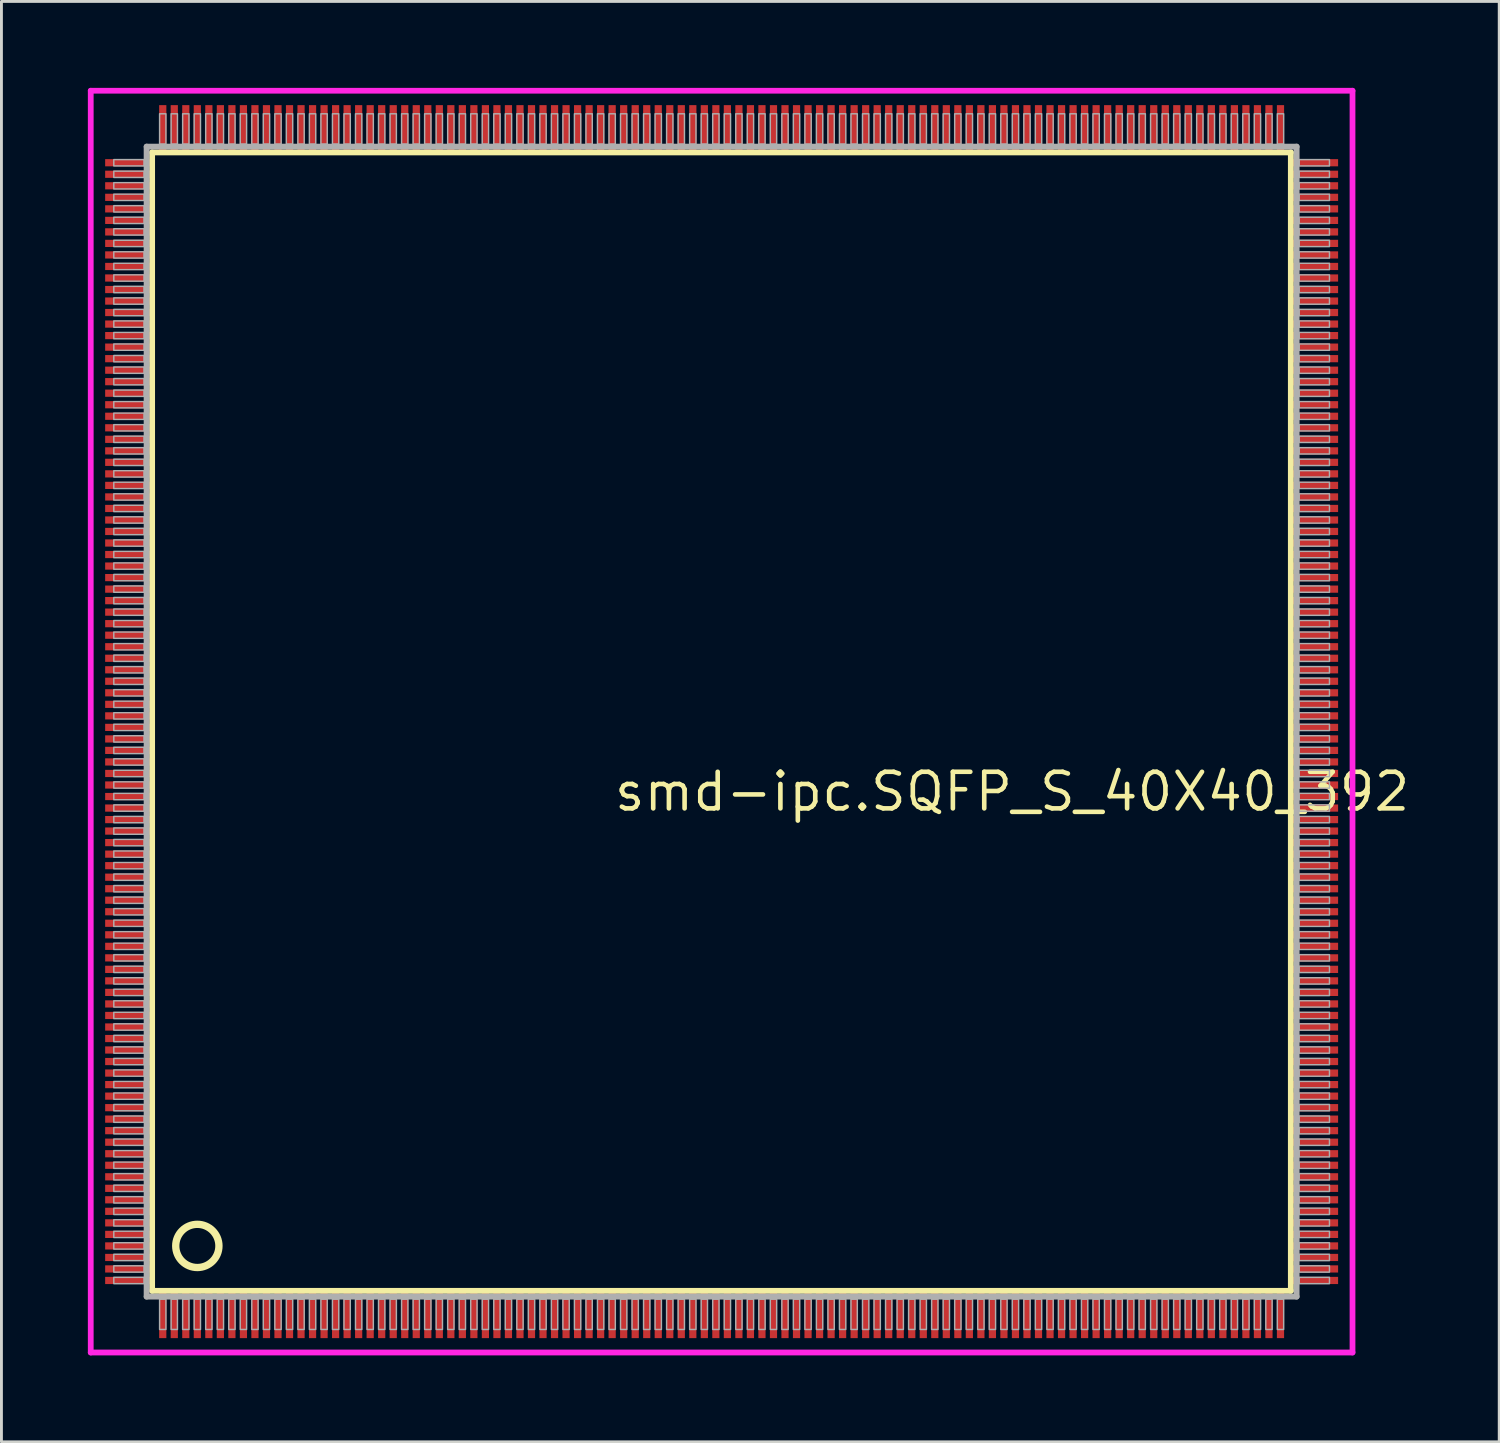
<source format=kicad_pcb>
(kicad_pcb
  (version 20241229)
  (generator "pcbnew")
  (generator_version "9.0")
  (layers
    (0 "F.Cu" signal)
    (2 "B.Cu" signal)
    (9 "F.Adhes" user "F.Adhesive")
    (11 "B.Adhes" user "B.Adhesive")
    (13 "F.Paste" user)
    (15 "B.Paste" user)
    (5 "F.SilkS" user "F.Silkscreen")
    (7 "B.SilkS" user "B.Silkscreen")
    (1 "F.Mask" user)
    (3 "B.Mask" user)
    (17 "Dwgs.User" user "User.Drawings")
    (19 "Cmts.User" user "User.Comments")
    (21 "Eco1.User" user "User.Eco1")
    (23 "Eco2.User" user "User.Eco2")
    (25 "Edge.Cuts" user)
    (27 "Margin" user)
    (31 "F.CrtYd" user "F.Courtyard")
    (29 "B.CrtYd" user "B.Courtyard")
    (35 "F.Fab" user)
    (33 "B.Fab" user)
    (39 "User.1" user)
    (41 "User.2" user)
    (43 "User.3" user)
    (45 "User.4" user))
  (footprint "smd-ipc.SQFP_S_40X40_392"
    (layer "F.Cu")
    (at 22 22)
    (property "Reference" "smd-ipc.SQFP_S_40X40_392" (at -3.81 3.175 0) (layer "F.SilkS") (effects (font (size 1.27 1.27) (thickness 0.16)) (justify left bottom)))
    (attr smd)
    (fp_line (start -19.77 -19.76) (end 19.76 -19.76) (stroke (width 0.203) (type default)) (layer "F.SilkS"))
    (fp_line (start -19.77 19.76) (end -19.77 -19.76) (stroke (width 0.203) (type default)) (layer "F.SilkS"))
    (fp_line (start 19.76 19.76) (end -19.77 19.76) (stroke (width 0.203) (type default)) (layer "F.SilkS"))
    (fp_line (start 19.76 -19.76) (end 19.76 19.76) (stroke (width 0.203) (type default)) (layer "F.SilkS"))
    (fp_circle (center -18.2 18.2) (end -17.45 18.2) (stroke (width 0.254) (type default)) (fill no) (layer "F.SilkS"))
    (fp_line (start -21.9 -21.9) (end 21.9 -21.9) (stroke (width 0.2) (type default)) (layer "F.CrtYd"))
    (fp_line (start -21.9 21.9) (end -21.9 -21.9) (stroke (width 0.2) (type default)) (layer "F.CrtYd"))
    (fp_line (start 21.9 -21.9) (end 21.9 21.9) (stroke (width 0.2) (type default)) (layer "F.CrtYd"))
    (fp_line (start 21.9 21.9) (end -21.9 21.9) (stroke (width 0.2) (type default)) (layer "F.CrtYd"))
    (fp_line (start -19.96 -19.96) (end -19.96 19.96) (stroke (width 0.203) (type default)) (layer "F.Fab"))
    (fp_line (start -19.96 19.96) (end 19.96 19.96) (stroke (width 0.203) (type default)) (layer "F.Fab"))
    (fp_line (start 19.96 -19.96) (end -19.96 -19.96) (stroke (width 0.203) (type default)) (layer "F.Fab"))
    (fp_line (start 19.96 19.96) (end 19.96 -19.96) (stroke (width 0.203) (type default)) (layer "F.Fab"))
    (fp_rect (start -21.1 -19.29) (end -20.05 -19.51) (stroke (width 0.05) (type default)) (fill no) (layer "F.Fab"))
    (fp_rect (start -21.1 -18.89) (end -20.05 -19.11) (stroke (width 0.05) (type default)) (fill no) (layer "F.Fab"))
    (fp_rect (start -21.1 -18.49) (end -20.05 -18.71) (stroke (width 0.05) (type default)) (fill no) (layer "F.Fab"))
    (fp_rect (start -21.1 -18.09) (end -20.05 -18.31) (stroke (width 0.05) (type default)) (fill no) (layer "F.Fab"))
    (fp_rect (start -21.1 -17.69) (end -20.05 -17.91) (stroke (width 0.05) (type default)) (fill no) (layer "F.Fab"))
    (fp_rect (start -21.1 -17.29) (end -20.05 -17.51) (stroke (width 0.05) (type default)) (fill no) (layer "F.Fab"))
    (fp_rect (start -21.1 -16.89) (end -20.05 -17.11) (stroke (width 0.05) (type default)) (fill no) (layer "F.Fab"))
    (fp_rect (start -21.1 -16.49) (end -20.05 -16.71) (stroke (width 0.05) (type default)) (fill no) (layer "F.Fab"))
    (fp_rect (start -21.1 -16.09) (end -20.05 -16.31) (stroke (width 0.05) (type default)) (fill no) (layer "F.Fab"))
    (fp_rect (start -21.1 -15.69) (end -20.05 -15.91) (stroke (width 0.05) (type default)) (fill no) (layer "F.Fab"))
    (fp_rect (start -21.1 -15.29) (end -20.05 -15.51) (stroke (width 0.05) (type default)) (fill no) (layer "F.Fab"))
    (fp_rect (start -21.1 -14.89) (end -20.05 -15.11) (stroke (width 0.05) (type default)) (fill no) (layer "F.Fab"))
    (fp_rect (start -21.1 -14.49) (end -20.05 -14.71) (stroke (width 0.05) (type default)) (fill no) (layer "F.Fab"))
    (fp_rect (start -21.1 -14.09) (end -20.05 -14.31) (stroke (width 0.05) (type default)) (fill no) (layer "F.Fab"))
    (fp_rect (start -21.1 -13.69) (end -20.05 -13.91) (stroke (width 0.05) (type default)) (fill no) (layer "F.Fab"))
    (fp_rect (start -21.1 -13.29) (end -20.05 -13.51) (stroke (width 0.05) (type default)) (fill no) (layer "F.Fab"))
    (fp_rect (start -21.1 -12.89) (end -20.05 -13.11) (stroke (width 0.05) (type default)) (fill no) (layer "F.Fab"))
    (fp_rect (start -21.1 -12.49) (end -20.05 -12.71) (stroke (width 0.05) (type default)) (fill no) (layer "F.Fab"))
    (fp_rect (start -21.1 -12.09) (end -20.05 -12.31) (stroke (width 0.05) (type default)) (fill no) (layer "F.Fab"))
    (fp_rect (start -21.1 -11.69) (end -20.05 -11.91) (stroke (width 0.05) (type default)) (fill no) (layer "F.Fab"))
    (fp_rect (start -21.1 -11.29) (end -20.05 -11.51) (stroke (width 0.05) (type default)) (fill no) (layer "F.Fab"))
    (fp_rect (start -21.1 -10.89) (end -20.05 -11.11) (stroke (width 0.05) (type default)) (fill no) (layer "F.Fab"))
    (fp_rect (start -21.1 -10.49) (end -20.05 -10.71) (stroke (width 0.05) (type default)) (fill no) (layer "F.Fab"))
    (fp_rect (start -21.1 -10.09) (end -20.05 -10.31) (stroke (width 0.05) (type default)) (fill no) (layer "F.Fab"))
    (fp_rect (start -21.1 -9.69) (end -20.05 -9.91) (stroke (width 0.05) (type default)) (fill no) (layer "F.Fab"))
    (fp_rect (start -21.1 -9.29) (end -20.05 -9.51) (stroke (width 0.05) (type default)) (fill no) (layer "F.Fab"))
    (fp_rect (start -21.1 -8.89) (end -20.05 -9.11) (stroke (width 0.05) (type default)) (fill no) (layer "F.Fab"))
    (fp_rect (start -21.1 -8.49) (end -20.05 -8.71) (stroke (width 0.05) (type default)) (fill no) (layer "F.Fab"))
    (fp_rect (start -21.1 -8.09) (end -20.05 -8.31) (stroke (width 0.05) (type default)) (fill no) (layer "F.Fab"))
    (fp_rect (start -21.1 -7.69) (end -20.05 -7.91) (stroke (width 0.05) (type default)) (fill no) (layer "F.Fab"))
    (fp_rect (start -21.1 -7.29) (end -20.05 -7.51) (stroke (width 0.05) (type default)) (fill no) (layer "F.Fab"))
    (fp_rect (start -21.1 -6.89) (end -20.05 -7.11) (stroke (width 0.05) (type default)) (fill no) (layer "F.Fab"))
    (fp_rect (start -21.1 -6.49) (end -20.05 -6.71) (stroke (width 0.05) (type default)) (fill no) (layer "F.Fab"))
    (fp_rect (start -21.1 -6.09) (end -20.05 -6.31) (stroke (width 0.05) (type default)) (fill no) (layer "F.Fab"))
    (fp_rect (start -21.1 -5.69) (end -20.05 -5.91) (stroke (width 0.05) (type default)) (fill no) (layer "F.Fab"))
    (fp_rect (start -21.1 -5.29) (end -20.05 -5.51) (stroke (width 0.05) (type default)) (fill no) (layer "F.Fab"))
    (fp_rect (start -21.1 -4.89) (end -20.05 -5.11) (stroke (width 0.05) (type default)) (fill no) (layer "F.Fab"))
    (fp_rect (start -21.1 -4.49) (end -20.05 -4.71) (stroke (width 0.05) (type default)) (fill no) (layer "F.Fab"))
    (fp_rect (start -21.1 -4.09) (end -20.05 -4.31) (stroke (width 0.05) (type default)) (fill no) (layer "F.Fab"))
    (fp_rect (start -21.1 -3.69) (end -20.05 -3.91) (stroke (width 0.05) (type default)) (fill no) (layer "F.Fab"))
    (fp_rect (start -21.1 -3.29) (end -20.05 -3.51) (stroke (width 0.05) (type default)) (fill no) (layer "F.Fab"))
    (fp_rect (start -21.1 -2.89) (end -20.05 -3.11) (stroke (width 0.05) (type default)) (fill no) (layer "F.Fab"))
    (fp_rect (start -21.1 -2.49) (end -20.05 -2.71) (stroke (width 0.05) (type default)) (fill no) (layer "F.Fab"))
    (fp_rect (start -21.1 -2.09) (end -20.05 -2.31) (stroke (width 0.05) (type default)) (fill no) (layer "F.Fab"))
    (fp_rect (start -21.1 -1.69) (end -20.05 -1.91) (stroke (width 0.05) (type default)) (fill no) (layer "F.Fab"))
    (fp_rect (start -21.1 -1.29) (end -20.05 -1.51) (stroke (width 0.05) (type default)) (fill no) (layer "F.Fab"))
    (fp_rect (start -21.1 -0.89) (end -20.05 -1.11) (stroke (width 0.05) (type default)) (fill no) (layer "F.Fab"))
    (fp_rect (start -21.1 -0.49) (end -20.05 -0.71) (stroke (width 0.05) (type default)) (fill no) (layer "F.Fab"))
    (fp_rect (start -21.1 -0.09) (end -20.05 -0.31) (stroke (width 0.05) (type default)) (fill no) (layer "F.Fab"))
    (fp_rect (start -21.1 0.31) (end -20.05 0.09) (stroke (width 0.05) (type default)) (fill no) (layer "F.Fab"))
    (fp_rect (start -21.1 0.71) (end -20.05 0.49) (stroke (width 0.05) (type default)) (fill no) (layer "F.Fab"))
    (fp_rect (start -21.1 1.11) (end -20.05 0.89) (stroke (width 0.05) (type default)) (fill no) (layer "F.Fab"))
    (fp_rect (start -21.1 1.51) (end -20.05 1.29) (stroke (width 0.05) (type default)) (fill no) (layer "F.Fab"))
    (fp_rect (start -21.1 1.91) (end -20.05 1.69) (stroke (width 0.05) (type default)) (fill no) (layer "F.Fab"))
    (fp_rect (start -21.1 2.31) (end -20.05 2.09) (stroke (width 0.05) (type default)) (fill no) (layer "F.Fab"))
    (fp_rect (start -21.1 2.71) (end -20.05 2.49) (stroke (width 0.05) (type default)) (fill no) (layer "F.Fab"))
    (fp_rect (start -21.1 3.11) (end -20.05 2.89) (stroke (width 0.05) (type default)) (fill no) (layer "F.Fab"))
    (fp_rect (start -21.1 3.51) (end -20.05 3.29) (stroke (width 0.05) (type default)) (fill no) (layer "F.Fab"))
    (fp_rect (start -21.1 3.91) (end -20.05 3.69) (stroke (width 0.05) (type default)) (fill no) (layer "F.Fab"))
    (fp_rect (start -21.1 4.31) (end -20.05 4.09) (stroke (width 0.05) (type default)) (fill no) (layer "F.Fab"))
    (fp_rect (start -21.1 4.71) (end -20.05 4.49) (stroke (width 0.05) (type default)) (fill no) (layer "F.Fab"))
    (fp_rect (start -21.1 5.11) (end -20.05 4.89) (stroke (width 0.05) (type default)) (fill no) (layer "F.Fab"))
    (fp_rect (start -21.1 5.51) (end -20.05 5.29) (stroke (width 0.05) (type default)) (fill no) (layer "F.Fab"))
    (fp_rect (start -21.1 5.91) (end -20.05 5.69) (stroke (width 0.05) (type default)) (fill no) (layer "F.Fab"))
    (fp_rect (start -21.1 6.31) (end -20.05 6.09) (stroke (width 0.05) (type default)) (fill no) (layer "F.Fab"))
    (fp_rect (start -21.1 6.71) (end -20.05 6.49) (stroke (width 0.05) (type default)) (fill no) (layer "F.Fab"))
    (fp_rect (start -21.1 7.11) (end -20.05 6.89) (stroke (width 0.05) (type default)) (fill no) (layer "F.Fab"))
    (fp_rect (start -21.1 7.51) (end -20.05 7.29) (stroke (width 0.05) (type default)) (fill no) (layer "F.Fab"))
    (fp_rect (start -21.1 7.91) (end -20.05 7.69) (stroke (width 0.05) (type default)) (fill no) (layer "F.Fab"))
    (fp_rect (start -21.1 8.31) (end -20.05 8.09) (stroke (width 0.05) (type default)) (fill no) (layer "F.Fab"))
    (fp_rect (start -21.1 8.71) (end -20.05 8.49) (stroke (width 0.05) (type default)) (fill no) (layer "F.Fab"))
    (fp_rect (start -21.1 9.11) (end -20.05 8.89) (stroke (width 0.05) (type default)) (fill no) (layer "F.Fab"))
    (fp_rect (start -21.1 9.51) (end -20.05 9.29) (stroke (width 0.05) (type default)) (fill no) (layer "F.Fab"))
    (fp_rect (start -21.1 9.91) (end -20.05 9.69) (stroke (width 0.05) (type default)) (fill no) (layer "F.Fab"))
    (fp_rect (start -21.1 10.31) (end -20.05 10.09) (stroke (width 0.05) (type default)) (fill no) (layer "F.Fab"))
    (fp_rect (start -21.1 10.71) (end -20.05 10.49) (stroke (width 0.05) (type default)) (fill no) (layer "F.Fab"))
    (fp_rect (start -21.1 11.11) (end -20.05 10.89) (stroke (width 0.05) (type default)) (fill no) (layer "F.Fab"))
    (fp_rect (start -21.1 11.51) (end -20.05 11.29) (stroke (width 0.05) (type default)) (fill no) (layer "F.Fab"))
    (fp_rect (start -21.1 11.91) (end -20.05 11.69) (stroke (width 0.05) (type default)) (fill no) (layer "F.Fab"))
    (fp_rect (start -21.1 12.31) (end -20.05 12.09) (stroke (width 0.05) (type default)) (fill no) (layer "F.Fab"))
    (fp_rect (start -21.1 12.71) (end -20.05 12.49) (stroke (width 0.05) (type default)) (fill no) (layer "F.Fab"))
    (fp_rect (start -21.1 13.11) (end -20.05 12.89) (stroke (width 0.05) (type default)) (fill no) (layer "F.Fab"))
    (fp_rect (start -21.1 13.51) (end -20.05 13.29) (stroke (width 0.05) (type default)) (fill no) (layer "F.Fab"))
    (fp_rect (start -21.1 13.91) (end -20.05 13.69) (stroke (width 0.05) (type default)) (fill no) (layer "F.Fab"))
    (fp_rect (start -21.1 14.31) (end -20.05 14.09) (stroke (width 0.05) (type default)) (fill no) (layer "F.Fab"))
    (fp_rect (start -21.1 14.71) (end -20.05 14.49) (stroke (width 0.05) (type default)) (fill no) (layer "F.Fab"))
    (fp_rect (start -21.1 15.11) (end -20.05 14.89) (stroke (width 0.05) (type default)) (fill no) (layer "F.Fab"))
    (fp_rect (start -21.1 15.51) (end -20.05 15.29) (stroke (width 0.05) (type default)) (fill no) (layer "F.Fab"))
    (fp_rect (start -21.1 15.91) (end -20.05 15.69) (stroke (width 0.05) (type default)) (fill no) (layer "F.Fab"))
    (fp_rect (start -21.1 16.31) (end -20.05 16.09) (stroke (width 0.05) (type default)) (fill no) (layer "F.Fab"))
    (fp_rect (start -21.1 16.71) (end -20.05 16.49) (stroke (width 0.05) (type default)) (fill no) (layer "F.Fab"))
    (fp_rect (start -21.1 17.11) (end -20.05 16.89) (stroke (width 0.05) (type default)) (fill no) (layer "F.Fab"))
    (fp_rect (start -21.1 17.51) (end -20.05 17.29) (stroke (width 0.05) (type default)) (fill no) (layer "F.Fab"))
    (fp_rect (start -21.1 17.91) (end -20.05 17.69) (stroke (width 0.05) (type default)) (fill no) (layer "F.Fab"))
    (fp_rect (start -21.1 18.31) (end -20.05 18.09) (stroke (width 0.05) (type default)) (fill no) (layer "F.Fab"))
    (fp_rect (start -21.1 18.71) (end -20.05 18.49) (stroke (width 0.05) (type default)) (fill no) (layer "F.Fab"))
    (fp_rect (start -21.1 19.11) (end -20.05 18.89) (stroke (width 0.05) (type default)) (fill no) (layer "F.Fab"))
    (fp_rect (start -21.1 19.51) (end -20.05 19.29) (stroke (width 0.05) (type default)) (fill no) (layer "F.Fab"))
    (fp_rect (start -19.51 -20.05) (end -19.29 -21.1) (stroke (width 0.05) (type default)) (fill no) (layer "F.Fab"))
    (fp_rect (start -19.51 21.1) (end -19.29 20.05) (stroke (width 0.05) (type default)) (fill no) (layer "F.Fab"))
    (fp_rect (start -19.11 -20.05) (end -18.89 -21.1) (stroke (width 0.05) (type default)) (fill no) (layer "F.Fab"))
    (fp_rect (start -19.11 21.1) (end -18.89 20.05) (stroke (width 0.05) (type default)) (fill no) (layer "F.Fab"))
    (fp_rect (start -18.71 -20.05) (end -18.49 -21.1) (stroke (width 0.05) (type default)) (fill no) (layer "F.Fab"))
    (fp_rect (start -18.71 21.1) (end -18.49 20.05) (stroke (width 0.05) (type default)) (fill no) (layer "F.Fab"))
    (fp_rect (start -18.31 -20.05) (end -18.09 -21.1) (stroke (width 0.05) (type default)) (fill no) (layer "F.Fab"))
    (fp_rect (start -18.31 21.1) (end -18.09 20.05) (stroke (width 0.05) (type default)) (fill no) (layer "F.Fab"))
    (fp_rect (start -17.91 -20.05) (end -17.69 -21.1) (stroke (width 0.05) (type default)) (fill no) (layer "F.Fab"))
    (fp_rect (start -17.91 21.1) (end -17.69 20.05) (stroke (width 0.05) (type default)) (fill no) (layer "F.Fab"))
    (fp_rect (start -17.51 -20.05) (end -17.29 -21.1) (stroke (width 0.05) (type default)) (fill no) (layer "F.Fab"))
    (fp_rect (start -17.51 21.1) (end -17.29 20.05) (stroke (width 0.05) (type default)) (fill no) (layer "F.Fab"))
    (fp_rect (start -17.11 -20.05) (end -16.89 -21.1) (stroke (width 0.05) (type default)) (fill no) (layer "F.Fab"))
    (fp_rect (start -17.11 21.1) (end -16.89 20.05) (stroke (width 0.05) (type default)) (fill no) (layer "F.Fab"))
    (fp_rect (start -16.71 -20.05) (end -16.49 -21.1) (stroke (width 0.05) (type default)) (fill no) (layer "F.Fab"))
    (fp_rect (start -16.71 21.1) (end -16.49 20.05) (stroke (width 0.05) (type default)) (fill no) (layer "F.Fab"))
    (fp_rect (start -16.31 -20.05) (end -16.09 -21.1) (stroke (width 0.05) (type default)) (fill no) (layer "F.Fab"))
    (fp_rect (start -16.31 21.1) (end -16.09 20.05) (stroke (width 0.05) (type default)) (fill no) (layer "F.Fab"))
    (fp_rect (start -15.91 -20.05) (end -15.69 -21.1) (stroke (width 0.05) (type default)) (fill no) (layer "F.Fab"))
    (fp_rect (start -15.91 21.1) (end -15.69 20.05) (stroke (width 0.05) (type default)) (fill no) (layer "F.Fab"))
    (fp_rect (start -15.51 -20.05) (end -15.29 -21.1) (stroke (width 0.05) (type default)) (fill no) (layer "F.Fab"))
    (fp_rect (start -15.51 21.1) (end -15.29 20.05) (stroke (width 0.05) (type default)) (fill no) (layer "F.Fab"))
    (fp_rect (start -15.11 -20.05) (end -14.89 -21.1) (stroke (width 0.05) (type default)) (fill no) (layer "F.Fab"))
    (fp_rect (start -15.11 21.1) (end -14.89 20.05) (stroke (width 0.05) (type default)) (fill no) (layer "F.Fab"))
    (fp_rect (start -14.71 -20.05) (end -14.49 -21.1) (stroke (width 0.05) (type default)) (fill no) (layer "F.Fab"))
    (fp_rect (start -14.71 21.1) (end -14.49 20.05) (stroke (width 0.05) (type default)) (fill no) (layer "F.Fab"))
    (fp_rect (start -14.31 -20.05) (end -14.09 -21.1) (stroke (width 0.05) (type default)) (fill no) (layer "F.Fab"))
    (fp_rect (start -14.31 21.1) (end -14.09 20.05) (stroke (width 0.05) (type default)) (fill no) (layer "F.Fab"))
    (fp_rect (start -13.91 -20.05) (end -13.69 -21.1) (stroke (width 0.05) (type default)) (fill no) (layer "F.Fab"))
    (fp_rect (start -13.91 21.1) (end -13.69 20.05) (stroke (width 0.05) (type default)) (fill no) (layer "F.Fab"))
    (fp_rect (start -13.51 -20.05) (end -13.29 -21.1) (stroke (width 0.05) (type default)) (fill no) (layer "F.Fab"))
    (fp_rect (start -13.51 21.1) (end -13.29 20.05) (stroke (width 0.05) (type default)) (fill no) (layer "F.Fab"))
    (fp_rect (start -13.11 -20.05) (end -12.89 -21.1) (stroke (width 0.05) (type default)) (fill no) (layer "F.Fab"))
    (fp_rect (start -13.11 21.1) (end -12.89 20.05) (stroke (width 0.05) (type default)) (fill no) (layer "F.Fab"))
    (fp_rect (start -12.71 -20.05) (end -12.49 -21.1) (stroke (width 0.05) (type default)) (fill no) (layer "F.Fab"))
    (fp_rect (start -12.71 21.1) (end -12.49 20.05) (stroke (width 0.05) (type default)) (fill no) (layer "F.Fab"))
    (fp_rect (start -12.31 -20.05) (end -12.09 -21.1) (stroke (width 0.05) (type default)) (fill no) (layer "F.Fab"))
    (fp_rect (start -12.31 21.1) (end -12.09 20.05) (stroke (width 0.05) (type default)) (fill no) (layer "F.Fab"))
    (fp_rect (start -11.91 -20.05) (end -11.69 -21.1) (stroke (width 0.05) (type default)) (fill no) (layer "F.Fab"))
    (fp_rect (start -11.91 21.1) (end -11.69 20.05) (stroke (width 0.05) (type default)) (fill no) (layer "F.Fab"))
    (fp_rect (start -11.51 -20.05) (end -11.29 -21.1) (stroke (width 0.05) (type default)) (fill no) (layer "F.Fab"))
    (fp_rect (start -11.51 21.1) (end -11.29 20.05) (stroke (width 0.05) (type default)) (fill no) (layer "F.Fab"))
    (fp_rect (start -11.11 -20.05) (end -10.89 -21.1) (stroke (width 0.05) (type default)) (fill no) (layer "F.Fab"))
    (fp_rect (start -11.11 21.1) (end -10.89 20.05) (stroke (width 0.05) (type default)) (fill no) (layer "F.Fab"))
    (fp_rect (start -10.71 -20.05) (end -10.49 -21.1) (stroke (width 0.05) (type default)) (fill no) (layer "F.Fab"))
    (fp_rect (start -10.71 21.1) (end -10.49 20.05) (stroke (width 0.05) (type default)) (fill no) (layer "F.Fab"))
    (fp_rect (start -10.31 -20.05) (end -10.09 -21.1) (stroke (width 0.05) (type default)) (fill no) (layer "F.Fab"))
    (fp_rect (start -10.31 21.1) (end -10.09 20.05) (stroke (width 0.05) (type default)) (fill no) (layer "F.Fab"))
    (fp_rect (start -9.91 -20.05) (end -9.69 -21.1) (stroke (width 0.05) (type default)) (fill no) (layer "F.Fab"))
    (fp_rect (start -9.91 21.1) (end -9.69 20.05) (stroke (width 0.05) (type default)) (fill no) (layer "F.Fab"))
    (fp_rect (start -9.51 -20.05) (end -9.29 -21.1) (stroke (width 0.05) (type default)) (fill no) (layer "F.Fab"))
    (fp_rect (start -9.51 21.1) (end -9.29 20.05) (stroke (width 0.05) (type default)) (fill no) (layer "F.Fab"))
    (fp_rect (start -9.11 -20.05) (end -8.89 -21.1) (stroke (width 0.05) (type default)) (fill no) (layer "F.Fab"))
    (fp_rect (start -9.11 21.1) (end -8.89 20.05) (stroke (width 0.05) (type default)) (fill no) (layer "F.Fab"))
    (fp_rect (start -8.71 -20.05) (end -8.49 -21.1) (stroke (width 0.05) (type default)) (fill no) (layer "F.Fab"))
    (fp_rect (start -8.71 21.1) (end -8.49 20.05) (stroke (width 0.05) (type default)) (fill no) (layer "F.Fab"))
    (fp_rect (start -8.31 -20.05) (end -8.09 -21.1) (stroke (width 0.05) (type default)) (fill no) (layer "F.Fab"))
    (fp_rect (start -8.31 21.1) (end -8.09 20.05) (stroke (width 0.05) (type default)) (fill no) (layer "F.Fab"))
    (fp_rect (start -7.91 -20.05) (end -7.69 -21.1) (stroke (width 0.05) (type default)) (fill no) (layer "F.Fab"))
    (fp_rect (start -7.91 21.1) (end -7.69 20.05) (stroke (width 0.05) (type default)) (fill no) (layer "F.Fab"))
    (fp_rect (start -7.51 -20.05) (end -7.29 -21.1) (stroke (width 0.05) (type default)) (fill no) (layer "F.Fab"))
    (fp_rect (start -7.51 21.1) (end -7.29 20.05) (stroke (width 0.05) (type default)) (fill no) (layer "F.Fab"))
    (fp_rect (start -7.11 -20.05) (end -6.89 -21.1) (stroke (width 0.05) (type default)) (fill no) (layer "F.Fab"))
    (fp_rect (start -7.11 21.1) (end -6.89 20.05) (stroke (width 0.05) (type default)) (fill no) (layer "F.Fab"))
    (fp_rect (start -6.71 -20.05) (end -6.49 -21.1) (stroke (width 0.05) (type default)) (fill no) (layer "F.Fab"))
    (fp_rect (start -6.71 21.1) (end -6.49 20.05) (stroke (width 0.05) (type default)) (fill no) (layer "F.Fab"))
    (fp_rect (start -6.31 -20.05) (end -6.09 -21.1) (stroke (width 0.05) (type default)) (fill no) (layer "F.Fab"))
    (fp_rect (start -6.31 21.1) (end -6.09 20.05) (stroke (width 0.05) (type default)) (fill no) (layer "F.Fab"))
    (fp_rect (start -5.91 -20.05) (end -5.69 -21.1) (stroke (width 0.05) (type default)) (fill no) (layer "F.Fab"))
    (fp_rect (start -5.91 21.1) (end -5.69 20.05) (stroke (width 0.05) (type default)) (fill no) (layer "F.Fab"))
    (fp_rect (start -5.51 -20.05) (end -5.29 -21.1) (stroke (width 0.05) (type default)) (fill no) (layer "F.Fab"))
    (fp_rect (start -5.51 21.1) (end -5.29 20.05) (stroke (width 0.05) (type default)) (fill no) (layer "F.Fab"))
    (fp_rect (start -5.11 -20.05) (end -4.89 -21.1) (stroke (width 0.05) (type default)) (fill no) (layer "F.Fab"))
    (fp_rect (start -5.11 21.1) (end -4.89 20.05) (stroke (width 0.05) (type default)) (fill no) (layer "F.Fab"))
    (fp_rect (start -4.71 -20.05) (end -4.49 -21.1) (stroke (width 0.05) (type default)) (fill no) (layer "F.Fab"))
    (fp_rect (start -4.71 21.1) (end -4.49 20.05) (stroke (width 0.05) (type default)) (fill no) (layer "F.Fab"))
    (fp_rect (start -4.31 -20.05) (end -4.09 -21.1) (stroke (width 0.05) (type default)) (fill no) (layer "F.Fab"))
    (fp_rect (start -4.31 21.1) (end -4.09 20.05) (stroke (width 0.05) (type default)) (fill no) (layer "F.Fab"))
    (fp_rect (start -3.91 -20.05) (end -3.69 -21.1) (stroke (width 0.05) (type default)) (fill no) (layer "F.Fab"))
    (fp_rect (start -3.91 21.1) (end -3.69 20.05) (stroke (width 0.05) (type default)) (fill no) (layer "F.Fab"))
    (fp_rect (start -3.51 -20.05) (end -3.29 -21.1) (stroke (width 0.05) (type default)) (fill no) (layer "F.Fab"))
    (fp_rect (start -3.51 21.1) (end -3.29 20.05) (stroke (width 0.05) (type default)) (fill no) (layer "F.Fab"))
    (fp_rect (start -3.11 -20.05) (end -2.89 -21.1) (stroke (width 0.05) (type default)) (fill no) (layer "F.Fab"))
    (fp_rect (start -3.11 21.1) (end -2.89 20.05) (stroke (width 0.05) (type default)) (fill no) (layer "F.Fab"))
    (fp_rect (start -2.71 -20.05) (end -2.49 -21.1) (stroke (width 0.05) (type default)) (fill no) (layer "F.Fab"))
    (fp_rect (start -2.71 21.1) (end -2.49 20.05) (stroke (width 0.05) (type default)) (fill no) (layer "F.Fab"))
    (fp_rect (start -2.31 -20.05) (end -2.09 -21.1) (stroke (width 0.05) (type default)) (fill no) (layer "F.Fab"))
    (fp_rect (start -2.31 21.1) (end -2.09 20.05) (stroke (width 0.05) (type default)) (fill no) (layer "F.Fab"))
    (fp_rect (start -1.91 -20.05) (end -1.69 -21.1) (stroke (width 0.05) (type default)) (fill no) (layer "F.Fab"))
    (fp_rect (start -1.91 21.1) (end -1.69 20.05) (stroke (width 0.05) (type default)) (fill no) (layer "F.Fab"))
    (fp_rect (start -1.51 -20.05) (end -1.29 -21.1) (stroke (width 0.05) (type default)) (fill no) (layer "F.Fab"))
    (fp_rect (start -1.51 21.1) (end -1.29 20.05) (stroke (width 0.05) (type default)) (fill no) (layer "F.Fab"))
    (fp_rect (start -1.11 -20.05) (end -0.89 -21.1) (stroke (width 0.05) (type default)) (fill no) (layer "F.Fab"))
    (fp_rect (start -1.11 21.1) (end -0.89 20.05) (stroke (width 0.05) (type default)) (fill no) (layer "F.Fab"))
    (fp_rect (start -0.71 -20.05) (end -0.49 -21.1) (stroke (width 0.05) (type default)) (fill no) (layer "F.Fab"))
    (fp_rect (start -0.71 21.1) (end -0.49 20.05) (stroke (width 0.05) (type default)) (fill no) (layer "F.Fab"))
    (fp_rect (start -0.31 -20.05) (end -0.09 -21.1) (stroke (width 0.05) (type default)) (fill no) (layer "F.Fab"))
    (fp_rect (start -0.31 21.1) (end -0.09 20.05) (stroke (width 0.05) (type default)) (fill no) (layer "F.Fab"))
    (fp_rect (start 0.09 -20.05) (end 0.31 -21.1) (stroke (width 0.05) (type default)) (fill no) (layer "F.Fab"))
    (fp_rect (start 0.09 21.1) (end 0.31 20.05) (stroke (width 0.05) (type default)) (fill no) (layer "F.Fab"))
    (fp_rect (start 0.49 -20.05) (end 0.71 -21.1) (stroke (width 0.05) (type default)) (fill no) (layer "F.Fab"))
    (fp_rect (start 0.49 21.1) (end 0.71 20.05) (stroke (width 0.05) (type default)) (fill no) (layer "F.Fab"))
    (fp_rect (start 0.89 -20.05) (end 1.11 -21.1) (stroke (width 0.05) (type default)) (fill no) (layer "F.Fab"))
    (fp_rect (start 0.89 21.1) (end 1.11 20.05) (stroke (width 0.05) (type default)) (fill no) (layer "F.Fab"))
    (fp_rect (start 1.29 -20.05) (end 1.51 -21.1) (stroke (width 0.05) (type default)) (fill no) (layer "F.Fab"))
    (fp_rect (start 1.29 21.1) (end 1.51 20.05) (stroke (width 0.05) (type default)) (fill no) (layer "F.Fab"))
    (fp_rect (start 1.69 -20.05) (end 1.91 -21.1) (stroke (width 0.05) (type default)) (fill no) (layer "F.Fab"))
    (fp_rect (start 1.69 21.1) (end 1.91 20.05) (stroke (width 0.05) (type default)) (fill no) (layer "F.Fab"))
    (fp_rect (start 2.09 -20.05) (end 2.31 -21.1) (stroke (width 0.05) (type default)) (fill no) (layer "F.Fab"))
    (fp_rect (start 2.09 21.1) (end 2.31 20.05) (stroke (width 0.05) (type default)) (fill no) (layer "F.Fab"))
    (fp_rect (start 2.49 -20.05) (end 2.71 -21.1) (stroke (width 0.05) (type default)) (fill no) (layer "F.Fab"))
    (fp_rect (start 2.49 21.1) (end 2.71 20.05) (stroke (width 0.05) (type default)) (fill no) (layer "F.Fab"))
    (fp_rect (start 2.89 -20.05) (end 3.11 -21.1) (stroke (width 0.05) (type default)) (fill no) (layer "F.Fab"))
    (fp_rect (start 2.89 21.1) (end 3.11 20.05) (stroke (width 0.05) (type default)) (fill no) (layer "F.Fab"))
    (fp_rect (start 3.29 -20.05) (end 3.51 -21.1) (stroke (width 0.05) (type default)) (fill no) (layer "F.Fab"))
    (fp_rect (start 3.29 21.1) (end 3.51 20.05) (stroke (width 0.05) (type default)) (fill no) (layer "F.Fab"))
    (fp_rect (start 3.69 -20.05) (end 3.91 -21.1) (stroke (width 0.05) (type default)) (fill no) (layer "F.Fab"))
    (fp_rect (start 3.69 21.1) (end 3.91 20.05) (stroke (width 0.05) (type default)) (fill no) (layer "F.Fab"))
    (fp_rect (start 4.09 -20.05) (end 4.31 -21.1) (stroke (width 0.05) (type default)) (fill no) (layer "F.Fab"))
    (fp_rect (start 4.09 21.1) (end 4.31 20.05) (stroke (width 0.05) (type default)) (fill no) (layer "F.Fab"))
    (fp_rect (start 4.49 -20.05) (end 4.71 -21.1) (stroke (width 0.05) (type default)) (fill no) (layer "F.Fab"))
    (fp_rect (start 4.49 21.1) (end 4.71 20.05) (stroke (width 0.05) (type default)) (fill no) (layer "F.Fab"))
    (fp_rect (start 4.89 -20.05) (end 5.11 -21.1) (stroke (width 0.05) (type default)) (fill no) (layer "F.Fab"))
    (fp_rect (start 4.89 21.1) (end 5.11 20.05) (stroke (width 0.05) (type default)) (fill no) (layer "F.Fab"))
    (fp_rect (start 5.29 -20.05) (end 5.51 -21.1) (stroke (width 0.05) (type default)) (fill no) (layer "F.Fab"))
    (fp_rect (start 5.29 21.1) (end 5.51 20.05) (stroke (width 0.05) (type default)) (fill no) (layer "F.Fab"))
    (fp_rect (start 5.69 -20.05) (end 5.91 -21.1) (stroke (width 0.05) (type default)) (fill no) (layer "F.Fab"))
    (fp_rect (start 5.69 21.1) (end 5.91 20.05) (stroke (width 0.05) (type default)) (fill no) (layer "F.Fab"))
    (fp_rect (start 6.09 -20.05) (end 6.31 -21.1) (stroke (width 0.05) (type default)) (fill no) (layer "F.Fab"))
    (fp_rect (start 6.09 21.1) (end 6.31 20.05) (stroke (width 0.05) (type default)) (fill no) (layer "F.Fab"))
    (fp_rect (start 6.49 -20.05) (end 6.71 -21.1) (stroke (width 0.05) (type default)) (fill no) (layer "F.Fab"))
    (fp_rect (start 6.49 21.1) (end 6.71 20.05) (stroke (width 0.05) (type default)) (fill no) (layer "F.Fab"))
    (fp_rect (start 6.89 -20.05) (end 7.11 -21.1) (stroke (width 0.05) (type default)) (fill no) (layer "F.Fab"))
    (fp_rect (start 6.89 21.1) (end 7.11 20.05) (stroke (width 0.05) (type default)) (fill no) (layer "F.Fab"))
    (fp_rect (start 7.29 -20.05) (end 7.51 -21.1) (stroke (width 0.05) (type default)) (fill no) (layer "F.Fab"))
    (fp_rect (start 7.29 21.1) (end 7.51 20.05) (stroke (width 0.05) (type default)) (fill no) (layer "F.Fab"))
    (fp_rect (start 7.69 -20.05) (end 7.91 -21.1) (stroke (width 0.05) (type default)) (fill no) (layer "F.Fab"))
    (fp_rect (start 7.69 21.1) (end 7.91 20.05) (stroke (width 0.05) (type default)) (fill no) (layer "F.Fab"))
    (fp_rect (start 8.09 -20.05) (end 8.31 -21.1) (stroke (width 0.05) (type default)) (fill no) (layer "F.Fab"))
    (fp_rect (start 8.09 21.1) (end 8.31 20.05) (stroke (width 0.05) (type default)) (fill no) (layer "F.Fab"))
    (fp_rect (start 8.49 -20.05) (end 8.71 -21.1) (stroke (width 0.05) (type default)) (fill no) (layer "F.Fab"))
    (fp_rect (start 8.49 21.1) (end 8.71 20.05) (stroke (width 0.05) (type default)) (fill no) (layer "F.Fab"))
    (fp_rect (start 8.89 -20.05) (end 9.11 -21.1) (stroke (width 0.05) (type default)) (fill no) (layer "F.Fab"))
    (fp_rect (start 8.89 21.1) (end 9.11 20.05) (stroke (width 0.05) (type default)) (fill no) (layer "F.Fab"))
    (fp_rect (start 9.29 -20.05) (end 9.51 -21.1) (stroke (width 0.05) (type default)) (fill no) (layer "F.Fab"))
    (fp_rect (start 9.29 21.1) (end 9.51 20.05) (stroke (width 0.05) (type default)) (fill no) (layer "F.Fab"))
    (fp_rect (start 9.69 -20.05) (end 9.91 -21.1) (stroke (width 0.05) (type default)) (fill no) (layer "F.Fab"))
    (fp_rect (start 9.69 21.1) (end 9.91 20.05) (stroke (width 0.05) (type default)) (fill no) (layer "F.Fab"))
    (fp_rect (start 10.09 -20.05) (end 10.31 -21.1) (stroke (width 0.05) (type default)) (fill no) (layer "F.Fab"))
    (fp_rect (start 10.09 21.1) (end 10.31 20.05) (stroke (width 0.05) (type default)) (fill no) (layer "F.Fab"))
    (fp_rect (start 10.49 -20.05) (end 10.71 -21.1) (stroke (width 0.05) (type default)) (fill no) (layer "F.Fab"))
    (fp_rect (start 10.49 21.1) (end 10.71 20.05) (stroke (width 0.05) (type default)) (fill no) (layer "F.Fab"))
    (fp_rect (start 10.89 -20.05) (end 11.11 -21.1) (stroke (width 0.05) (type default)) (fill no) (layer "F.Fab"))
    (fp_rect (start 10.89 21.1) (end 11.11 20.05) (stroke (width 0.05) (type default)) (fill no) (layer "F.Fab"))
    (fp_rect (start 11.29 -20.05) (end 11.51 -21.1) (stroke (width 0.05) (type default)) (fill no) (layer "F.Fab"))
    (fp_rect (start 11.29 21.1) (end 11.51 20.05) (stroke (width 0.05) (type default)) (fill no) (layer "F.Fab"))
    (fp_rect (start 11.69 -20.05) (end 11.91 -21.1) (stroke (width 0.05) (type default)) (fill no) (layer "F.Fab"))
    (fp_rect (start 11.69 21.1) (end 11.91 20.05) (stroke (width 0.05) (type default)) (fill no) (layer "F.Fab"))
    (fp_rect (start 12.09 -20.05) (end 12.31 -21.1) (stroke (width 0.05) (type default)) (fill no) (layer "F.Fab"))
    (fp_rect (start 12.09 21.1) (end 12.31 20.05) (stroke (width 0.05) (type default)) (fill no) (layer "F.Fab"))
    (fp_rect (start 12.49 -20.05) (end 12.71 -21.1) (stroke (width 0.05) (type default)) (fill no) (layer "F.Fab"))
    (fp_rect (start 12.49 21.1) (end 12.71 20.05) (stroke (width 0.05) (type default)) (fill no) (layer "F.Fab"))
    (fp_rect (start 12.89 -20.05) (end 13.11 -21.1) (stroke (width 0.05) (type default)) (fill no) (layer "F.Fab"))
    (fp_rect (start 12.89 21.1) (end 13.11 20.05) (stroke (width 0.05) (type default)) (fill no) (layer "F.Fab"))
    (fp_rect (start 13.29 -20.05) (end 13.51 -21.1) (stroke (width 0.05) (type default)) (fill no) (layer "F.Fab"))
    (fp_rect (start 13.29 21.1) (end 13.51 20.05) (stroke (width 0.05) (type default)) (fill no) (layer "F.Fab"))
    (fp_rect (start 13.69 -20.05) (end 13.91 -21.1) (stroke (width 0.05) (type default)) (fill no) (layer "F.Fab"))
    (fp_rect (start 13.69 21.1) (end 13.91 20.05) (stroke (width 0.05) (type default)) (fill no) (layer "F.Fab"))
    (fp_rect (start 14.09 -20.05) (end 14.31 -21.1) (stroke (width 0.05) (type default)) (fill no) (layer "F.Fab"))
    (fp_rect (start 14.09 21.1) (end 14.31 20.05) (stroke (width 0.05) (type default)) (fill no) (layer "F.Fab"))
    (fp_rect (start 14.49 -20.05) (end 14.71 -21.1) (stroke (width 0.05) (type default)) (fill no) (layer "F.Fab"))
    (fp_rect (start 14.49 21.1) (end 14.71 20.05) (stroke (width 0.05) (type default)) (fill no) (layer "F.Fab"))
    (fp_rect (start 14.89 -20.05) (end 15.11 -21.1) (stroke (width 0.05) (type default)) (fill no) (layer "F.Fab"))
    (fp_rect (start 14.89 21.1) (end 15.11 20.05) (stroke (width 0.05) (type default)) (fill no) (layer "F.Fab"))
    (fp_rect (start 15.29 -20.05) (end 15.51 -21.1) (stroke (width 0.05) (type default)) (fill no) (layer "F.Fab"))
    (fp_rect (start 15.29 21.1) (end 15.51 20.05) (stroke (width 0.05) (type default)) (fill no) (layer "F.Fab"))
    (fp_rect (start 15.69 -20.05) (end 15.91 -21.1) (stroke (width 0.05) (type default)) (fill no) (layer "F.Fab"))
    (fp_rect (start 15.69 21.1) (end 15.91 20.05) (stroke (width 0.05) (type default)) (fill no) (layer "F.Fab"))
    (fp_rect (start 16.09 -20.05) (end 16.31 -21.1) (stroke (width 0.05) (type default)) (fill no) (layer "F.Fab"))
    (fp_rect (start 16.09 21.1) (end 16.31 20.05) (stroke (width 0.05) (type default)) (fill no) (layer "F.Fab"))
    (fp_rect (start 16.49 -20.05) (end 16.71 -21.1) (stroke (width 0.05) (type default)) (fill no) (layer "F.Fab"))
    (fp_rect (start 16.49 21.1) (end 16.71 20.05) (stroke (width 0.05) (type default)) (fill no) (layer "F.Fab"))
    (fp_rect (start 16.89 -20.05) (end 17.11 -21.1) (stroke (width 0.05) (type default)) (fill no) (layer "F.Fab"))
    (fp_rect (start 16.89 21.1) (end 17.11 20.05) (stroke (width 0.05) (type default)) (fill no) (layer "F.Fab"))
    (fp_rect (start 17.29 -20.05) (end 17.51 -21.1) (stroke (width 0.05) (type default)) (fill no) (layer "F.Fab"))
    (fp_rect (start 17.29 21.1) (end 17.51 20.05) (stroke (width 0.05) (type default)) (fill no) (layer "F.Fab"))
    (fp_rect (start 17.69 -20.05) (end 17.91 -21.1) (stroke (width 0.05) (type default)) (fill no) (layer "F.Fab"))
    (fp_rect (start 17.69 21.1) (end 17.91 20.05) (stroke (width 0.05) (type default)) (fill no) (layer "F.Fab"))
    (fp_rect (start 18.09 -20.05) (end 18.31 -21.1) (stroke (width 0.05) (type default)) (fill no) (layer "F.Fab"))
    (fp_rect (start 18.09 21.1) (end 18.31 20.05) (stroke (width 0.05) (type default)) (fill no) (layer "F.Fab"))
    (fp_rect (start 18.49 -20.05) (end 18.71 -21.1) (stroke (width 0.05) (type default)) (fill no) (layer "F.Fab"))
    (fp_rect (start 18.49 21.1) (end 18.71 20.05) (stroke (width 0.05) (type default)) (fill no) (layer "F.Fab"))
    (fp_rect (start 18.89 -20.05) (end 19.11 -21.1) (stroke (width 0.05) (type default)) (fill no) (layer "F.Fab"))
    (fp_rect (start 18.89 21.1) (end 19.11 20.05) (stroke (width 0.05) (type default)) (fill no) (layer "F.Fab"))
    (fp_rect (start 19.29 -20.05) (end 19.51 -21.1) (stroke (width 0.05) (type default)) (fill no) (layer "F.Fab"))
    (fp_rect (start 19.29 21.1) (end 19.51 20.05) (stroke (width 0.05) (type default)) (fill no) (layer "F.Fab"))
    (fp_rect (start 20.05 -19.29) (end 21.1 -19.51) (stroke (width 0.05) (type default)) (fill no) (layer "F.Fab"))
    (fp_rect (start 20.05 -18.89) (end 21.1 -19.11) (stroke (width 0.05) (type default)) (fill no) (layer "F.Fab"))
    (fp_rect (start 20.05 -18.49) (end 21.1 -18.71) (stroke (width 0.05) (type default)) (fill no) (layer "F.Fab"))
    (fp_rect (start 20.05 -18.09) (end 21.1 -18.31) (stroke (width 0.05) (type default)) (fill no) (layer "F.Fab"))
    (fp_rect (start 20.05 -17.69) (end 21.1 -17.91) (stroke (width 0.05) (type default)) (fill no) (layer "F.Fab"))
    (fp_rect (start 20.05 -17.29) (end 21.1 -17.51) (stroke (width 0.05) (type default)) (fill no) (layer "F.Fab"))
    (fp_rect (start 20.05 -16.89) (end 21.1 -17.11) (stroke (width 0.05) (type default)) (fill no) (layer "F.Fab"))
    (fp_rect (start 20.05 -16.49) (end 21.1 -16.71) (stroke (width 0.05) (type default)) (fill no) (layer "F.Fab"))
    (fp_rect (start 20.05 -16.09) (end 21.1 -16.31) (stroke (width 0.05) (type default)) (fill no) (layer "F.Fab"))
    (fp_rect (start 20.05 -15.69) (end 21.1 -15.91) (stroke (width 0.05) (type default)) (fill no) (layer "F.Fab"))
    (fp_rect (start 20.05 -15.29) (end 21.1 -15.51) (stroke (width 0.05) (type default)) (fill no) (layer "F.Fab"))
    (fp_rect (start 20.05 -14.89) (end 21.1 -15.11) (stroke (width 0.05) (type default)) (fill no) (layer "F.Fab"))
    (fp_rect (start 20.05 -14.49) (end 21.1 -14.71) (stroke (width 0.05) (type default)) (fill no) (layer "F.Fab"))
    (fp_rect (start 20.05 -14.09) (end 21.1 -14.31) (stroke (width 0.05) (type default)) (fill no) (layer "F.Fab"))
    (fp_rect (start 20.05 -13.69) (end 21.1 -13.91) (stroke (width 0.05) (type default)) (fill no) (layer "F.Fab"))
    (fp_rect (start 20.05 -13.29) (end 21.1 -13.51) (stroke (width 0.05) (type default)) (fill no) (layer "F.Fab"))
    (fp_rect (start 20.05 -12.89) (end 21.1 -13.11) (stroke (width 0.05) (type default)) (fill no) (layer "F.Fab"))
    (fp_rect (start 20.05 -12.49) (end 21.1 -12.71) (stroke (width 0.05) (type default)) (fill no) (layer "F.Fab"))
    (fp_rect (start 20.05 -12.09) (end 21.1 -12.31) (stroke (width 0.05) (type default)) (fill no) (layer "F.Fab"))
    (fp_rect (start 20.05 -11.69) (end 21.1 -11.91) (stroke (width 0.05) (type default)) (fill no) (layer "F.Fab"))
    (fp_rect (start 20.05 -11.29) (end 21.1 -11.51) (stroke (width 0.05) (type default)) (fill no) (layer "F.Fab"))
    (fp_rect (start 20.05 -10.89) (end 21.1 -11.11) (stroke (width 0.05) (type default)) (fill no) (layer "F.Fab"))
    (fp_rect (start 20.05 -10.49) (end 21.1 -10.71) (stroke (width 0.05) (type default)) (fill no) (layer "F.Fab"))
    (fp_rect (start 20.05 -10.09) (end 21.1 -10.31) (stroke (width 0.05) (type default)) (fill no) (layer "F.Fab"))
    (fp_rect (start 20.05 -9.69) (end 21.1 -9.91) (stroke (width 0.05) (type default)) (fill no) (layer "F.Fab"))
    (fp_rect (start 20.05 -9.29) (end 21.1 -9.51) (stroke (width 0.05) (type default)) (fill no) (layer "F.Fab"))
    (fp_rect (start 20.05 -8.89) (end 21.1 -9.11) (stroke (width 0.05) (type default)) (fill no) (layer "F.Fab"))
    (fp_rect (start 20.05 -8.49) (end 21.1 -8.71) (stroke (width 0.05) (type default)) (fill no) (layer "F.Fab"))
    (fp_rect (start 20.05 -8.09) (end 21.1 -8.31) (stroke (width 0.05) (type default)) (fill no) (layer "F.Fab"))
    (fp_rect (start 20.05 -7.69) (end 21.1 -7.91) (stroke (width 0.05) (type default)) (fill no) (layer "F.Fab"))
    (fp_rect (start 20.05 -7.29) (end 21.1 -7.51) (stroke (width 0.05) (type default)) (fill no) (layer "F.Fab"))
    (fp_rect (start 20.05 -6.89) (end 21.1 -7.11) (stroke (width 0.05) (type default)) (fill no) (layer "F.Fab"))
    (fp_rect (start 20.05 -6.49) (end 21.1 -6.71) (stroke (width 0.05) (type default)) (fill no) (layer "F.Fab"))
    (fp_rect (start 20.05 -6.09) (end 21.1 -6.31) (stroke (width 0.05) (type default)) (fill no) (layer "F.Fab"))
    (fp_rect (start 20.05 -5.69) (end 21.1 -5.91) (stroke (width 0.05) (type default)) (fill no) (layer "F.Fab"))
    (fp_rect (start 20.05 -5.29) (end 21.1 -5.51) (stroke (width 0.05) (type default)) (fill no) (layer "F.Fab"))
    (fp_rect (start 20.05 -4.89) (end 21.1 -5.11) (stroke (width 0.05) (type default)) (fill no) (layer "F.Fab"))
    (fp_rect (start 20.05 -4.49) (end 21.1 -4.71) (stroke (width 0.05) (type default)) (fill no) (layer "F.Fab"))
    (fp_rect (start 20.05 -4.09) (end 21.1 -4.31) (stroke (width 0.05) (type default)) (fill no) (layer "F.Fab"))
    (fp_rect (start 20.05 -3.69) (end 21.1 -3.91) (stroke (width 0.05) (type default)) (fill no) (layer "F.Fab"))
    (fp_rect (start 20.05 -3.29) (end 21.1 -3.51) (stroke (width 0.05) (type default)) (fill no) (layer "F.Fab"))
    (fp_rect (start 20.05 -2.89) (end 21.1 -3.11) (stroke (width 0.05) (type default)) (fill no) (layer "F.Fab"))
    (fp_rect (start 20.05 -2.49) (end 21.1 -2.71) (stroke (width 0.05) (type default)) (fill no) (layer "F.Fab"))
    (fp_rect (start 20.05 -2.09) (end 21.1 -2.31) (stroke (width 0.05) (type default)) (fill no) (layer "F.Fab"))
    (fp_rect (start 20.05 -1.69) (end 21.1 -1.91) (stroke (width 0.05) (type default)) (fill no) (layer "F.Fab"))
    (fp_rect (start 20.05 -1.29) (end 21.1 -1.51) (stroke (width 0.05) (type default)) (fill no) (layer "F.Fab"))
    (fp_rect (start 20.05 -0.89) (end 21.1 -1.11) (stroke (width 0.05) (type default)) (fill no) (layer "F.Fab"))
    (fp_rect (start 20.05 -0.49) (end 21.1 -0.71) (stroke (width 0.05) (type default)) (fill no) (layer "F.Fab"))
    (fp_rect (start 20.05 -0.09) (end 21.1 -0.31) (stroke (width 0.05) (type default)) (fill no) (layer "F.Fab"))
    (fp_rect (start 20.05 0.31) (end 21.1 0.09) (stroke (width 0.05) (type default)) (fill no) (layer "F.Fab"))
    (fp_rect (start 20.05 0.71) (end 21.1 0.49) (stroke (width 0.05) (type default)) (fill no) (layer "F.Fab"))
    (fp_rect (start 20.05 1.11) (end 21.1 0.89) (stroke (width 0.05) (type default)) (fill no) (layer "F.Fab"))
    (fp_rect (start 20.05 1.51) (end 21.1 1.29) (stroke (width 0.05) (type default)) (fill no) (layer "F.Fab"))
    (fp_rect (start 20.05 1.91) (end 21.1 1.69) (stroke (width 0.05) (type default)) (fill no) (layer "F.Fab"))
    (fp_rect (start 20.05 2.31) (end 21.1 2.09) (stroke (width 0.05) (type default)) (fill no) (layer "F.Fab"))
    (fp_rect (start 20.05 2.71) (end 21.1 2.49) (stroke (width 0.05) (type default)) (fill no) (layer "F.Fab"))
    (fp_rect (start 20.05 3.11) (end 21.1 2.89) (stroke (width 0.05) (type default)) (fill no) (layer "F.Fab"))
    (fp_rect (start 20.05 3.51) (end 21.1 3.29) (stroke (width 0.05) (type default)) (fill no) (layer "F.Fab"))
    (fp_rect (start 20.05 3.91) (end 21.1 3.69) (stroke (width 0.05) (type default)) (fill no) (layer "F.Fab"))
    (fp_rect (start 20.05 4.31) (end 21.1 4.09) (stroke (width 0.05) (type default)) (fill no) (layer "F.Fab"))
    (fp_rect (start 20.05 4.71) (end 21.1 4.49) (stroke (width 0.05) (type default)) (fill no) (layer "F.Fab"))
    (fp_rect (start 20.05 5.11) (end 21.1 4.89) (stroke (width 0.05) (type default)) (fill no) (layer "F.Fab"))
    (fp_rect (start 20.05 5.51) (end 21.1 5.29) (stroke (width 0.05) (type default)) (fill no) (layer "F.Fab"))
    (fp_rect (start 20.05 5.91) (end 21.1 5.69) (stroke (width 0.05) (type default)) (fill no) (layer "F.Fab"))
    (fp_rect (start 20.05 6.31) (end 21.1 6.09) (stroke (width 0.05) (type default)) (fill no) (layer "F.Fab"))
    (fp_rect (start 20.05 6.71) (end 21.1 6.49) (stroke (width 0.05) (type default)) (fill no) (layer "F.Fab"))
    (fp_rect (start 20.05 7.11) (end 21.1 6.89) (stroke (width 0.05) (type default)) (fill no) (layer "F.Fab"))
    (fp_rect (start 20.05 7.51) (end 21.1 7.29) (stroke (width 0.05) (type default)) (fill no) (layer "F.Fab"))
    (fp_rect (start 20.05 7.91) (end 21.1 7.69) (stroke (width 0.05) (type default)) (fill no) (layer "F.Fab"))
    (fp_rect (start 20.05 8.31) (end 21.1 8.09) (stroke (width 0.05) (type default)) (fill no) (layer "F.Fab"))
    (fp_rect (start 20.05 8.71) (end 21.1 8.49) (stroke (width 0.05) (type default)) (fill no) (layer "F.Fab"))
    (fp_rect (start 20.05 9.11) (end 21.1 8.89) (stroke (width 0.05) (type default)) (fill no) (layer "F.Fab"))
    (fp_rect (start 20.05 9.51) (end 21.1 9.29) (stroke (width 0.05) (type default)) (fill no) (layer "F.Fab"))
    (fp_rect (start 20.05 9.91) (end 21.1 9.69) (stroke (width 0.05) (type default)) (fill no) (layer "F.Fab"))
    (fp_rect (start 20.05 10.31) (end 21.1 10.09) (stroke (width 0.05) (type default)) (fill no) (layer "F.Fab"))
    (fp_rect (start 20.05 10.71) (end 21.1 10.49) (stroke (width 0.05) (type default)) (fill no) (layer "F.Fab"))
    (fp_rect (start 20.05 11.11) (end 21.1 10.89) (stroke (width 0.05) (type default)) (fill no) (layer "F.Fab"))
    (fp_rect (start 20.05 11.51) (end 21.1 11.29) (stroke (width 0.05) (type default)) (fill no) (layer "F.Fab"))
    (fp_rect (start 20.05 11.91) (end 21.1 11.69) (stroke (width 0.05) (type default)) (fill no) (layer "F.Fab"))
    (fp_rect (start 20.05 12.31) (end 21.1 12.09) (stroke (width 0.05) (type default)) (fill no) (layer "F.Fab"))
    (fp_rect (start 20.05 12.71) (end 21.1 12.49) (stroke (width 0.05) (type default)) (fill no) (layer "F.Fab"))
    (fp_rect (start 20.05 13.11) (end 21.1 12.89) (stroke (width 0.05) (type default)) (fill no) (layer "F.Fab"))
    (fp_rect (start 20.05 13.51) (end 21.1 13.29) (stroke (width 0.05) (type default)) (fill no) (layer "F.Fab"))
    (fp_rect (start 20.05 13.91) (end 21.1 13.69) (stroke (width 0.05) (type default)) (fill no) (layer "F.Fab"))
    (fp_rect (start 20.05 14.31) (end 21.1 14.09) (stroke (width 0.05) (type default)) (fill no) (layer "F.Fab"))
    (fp_rect (start 20.05 14.71) (end 21.1 14.49) (stroke (width 0.05) (type default)) (fill no) (layer "F.Fab"))
    (fp_rect (start 20.05 15.11) (end 21.1 14.89) (stroke (width 0.05) (type default)) (fill no) (layer "F.Fab"))
    (fp_rect (start 20.05 15.51) (end 21.1 15.29) (stroke (width 0.05) (type default)) (fill no) (layer "F.Fab"))
    (fp_rect (start 20.05 15.91) (end 21.1 15.69) (stroke (width 0.05) (type default)) (fill no) (layer "F.Fab"))
    (fp_rect (start 20.05 16.31) (end 21.1 16.09) (stroke (width 0.05) (type default)) (fill no) (layer "F.Fab"))
    (fp_rect (start 20.05 16.71) (end 21.1 16.49) (stroke (width 0.05) (type default)) (fill no) (layer "F.Fab"))
    (fp_rect (start 20.05 17.11) (end 21.1 16.89) (stroke (width 0.05) (type default)) (fill no) (layer "F.Fab"))
    (fp_rect (start 20.05 17.51) (end 21.1 17.29) (stroke (width 0.05) (type default)) (fill no) (layer "F.Fab"))
    (fp_rect (start 20.05 17.91) (end 21.1 17.69) (stroke (width 0.05) (type default)) (fill no) (layer "F.Fab"))
    (fp_rect (start 20.05 18.31) (end 21.1 18.09) (stroke (width 0.05) (type default)) (fill no) (layer "F.Fab"))
    (fp_rect (start 20.05 18.71) (end 21.1 18.49) (stroke (width 0.05) (type default)) (fill no) (layer "F.Fab"))
    (fp_rect (start 20.05 19.11) (end 21.1 18.89) (stroke (width 0.05) (type default)) (fill no) (layer "F.Fab"))
    (fp_rect (start 20.05 19.51) (end 21.1 19.29) (stroke (width 0.05) (type default)) (fill no) (layer "F.Fab"))
    (pad "1" smd roundrect (at -19.4 20.6) (size 0.25 1.6) (layers "F.Cu" "F.Mask" "F.Paste") (roundrect_rratio 0.01))
    (pad "2" smd roundrect (at -19 20.6) (size 0.25 1.6) (layers "F.Cu" "F.Mask" "F.Paste") (roundrect_rratio 0.01))
    (pad "3" smd roundrect (at -18.6 20.6) (size 0.25 1.6) (layers "F.Cu" "F.Mask" "F.Paste") (roundrect_rratio 0.01))
    (pad "4" smd roundrect (at -18.2 20.6) (size 0.25 1.6) (layers "F.Cu" "F.Mask" "F.Paste") (roundrect_rratio 0.01))
    (pad "5" smd roundrect (at -17.8 20.6) (size 0.25 1.6) (layers "F.Cu" "F.Mask" "F.Paste") (roundrect_rratio 0.01))
    (pad "6" smd roundrect (at -17.4 20.6) (size 0.25 1.6) (layers "F.Cu" "F.Mask" "F.Paste") (roundrect_rratio 0.01))
    (pad "7" smd roundrect (at -17 20.6) (size 0.25 1.6) (layers "F.Cu" "F.Mask" "F.Paste") (roundrect_rratio 0.01))
    (pad "8" smd roundrect (at -16.6 20.6) (size 0.25 1.6) (layers "F.Cu" "F.Mask" "F.Paste") (roundrect_rratio 0.01))
    (pad "9" smd roundrect (at -16.2 20.6) (size 0.25 1.6) (layers "F.Cu" "F.Mask" "F.Paste") (roundrect_rratio 0.01))
    (pad "10" smd roundrect (at -15.8 20.6) (size 0.25 1.6) (layers "F.Cu" "F.Mask" "F.Paste") (roundrect_rratio 0.01))
    (pad "11" smd roundrect (at -15.4 20.6) (size 0.25 1.6) (layers "F.Cu" "F.Mask" "F.Paste") (roundrect_rratio 0.01))
    (pad "12" smd roundrect (at -15 20.6) (size 0.25 1.6) (layers "F.Cu" "F.Mask" "F.Paste") (roundrect_rratio 0.01))
    (pad "13" smd roundrect (at -14.6 20.6) (size 0.25 1.6) (layers "F.Cu" "F.Mask" "F.Paste") (roundrect_rratio 0.01))
    (pad "14" smd roundrect (at -14.2 20.6) (size 0.25 1.6) (layers "F.Cu" "F.Mask" "F.Paste") (roundrect_rratio 0.01))
    (pad "15" smd roundrect (at -13.8 20.6) (size 0.25 1.6) (layers "F.Cu" "F.Mask" "F.Paste") (roundrect_rratio 0.01))
    (pad "16" smd roundrect (at -13.4 20.6) (size 0.25 1.6) (layers "F.Cu" "F.Mask" "F.Paste") (roundrect_rratio 0.01))
    (pad "17" smd roundrect (at -13 20.6) (size 0.25 1.6) (layers "F.Cu" "F.Mask" "F.Paste") (roundrect_rratio 0.01))
    (pad "18" smd roundrect (at -12.6 20.6) (size 0.25 1.6) (layers "F.Cu" "F.Mask" "F.Paste") (roundrect_rratio 0.01))
    (pad "19" smd roundrect (at -12.2 20.6) (size 0.25 1.6) (layers "F.Cu" "F.Mask" "F.Paste") (roundrect_rratio 0.01))
    (pad "20" smd roundrect (at -11.8 20.6) (size 0.25 1.6) (layers "F.Cu" "F.Mask" "F.Paste") (roundrect_rratio 0.01))
    (pad "21" smd roundrect (at -11.4 20.6) (size 0.25 1.6) (layers "F.Cu" "F.Mask" "F.Paste") (roundrect_rratio 0.01))
    (pad "22" smd roundrect (at -11 20.6) (size 0.25 1.6) (layers "F.Cu" "F.Mask" "F.Paste") (roundrect_rratio 0.01))
    (pad "23" smd roundrect (at -10.6 20.6) (size 0.25 1.6) (layers "F.Cu" "F.Mask" "F.Paste") (roundrect_rratio 0.01))
    (pad "24" smd roundrect (at -10.2 20.6) (size 0.25 1.6) (layers "F.Cu" "F.Mask" "F.Paste") (roundrect_rratio 0.01))
    (pad "25" smd roundrect (at -9.8 20.6) (size 0.25 1.6) (layers "F.Cu" "F.Mask" "F.Paste") (roundrect_rratio 0.01))
    (pad "26" smd roundrect (at -9.4 20.6) (size 0.25 1.6) (layers "F.Cu" "F.Mask" "F.Paste") (roundrect_rratio 0.01))
    (pad "27" smd roundrect (at -9 20.6) (size 0.25 1.6) (layers "F.Cu" "F.Mask" "F.Paste") (roundrect_rratio 0.01))
    (pad "28" smd roundrect (at -8.6 20.6) (size 0.25 1.6) (layers "F.Cu" "F.Mask" "F.Paste") (roundrect_rratio 0.01))
    (pad "29" smd roundrect (at -8.2 20.6) (size 0.25 1.6) (layers "F.Cu" "F.Mask" "F.Paste") (roundrect_rratio 0.01))
    (pad "30" smd roundrect (at -7.8 20.6) (size 0.25 1.6) (layers "F.Cu" "F.Mask" "F.Paste") (roundrect_rratio 0.01))
    (pad "31" smd roundrect (at -7.4 20.6) (size 0.25 1.6) (layers "F.Cu" "F.Mask" "F.Paste") (roundrect_rratio 0.01))
    (pad "32" smd roundrect (at -7 20.6) (size 0.25 1.6) (layers "F.Cu" "F.Mask" "F.Paste") (roundrect_rratio 0.01))
    (pad "33" smd roundrect (at -6.6 20.6) (size 0.25 1.6) (layers "F.Cu" "F.Mask" "F.Paste") (roundrect_rratio 0.01))
    (pad "34" smd roundrect (at -6.2 20.6) (size 0.25 1.6) (layers "F.Cu" "F.Mask" "F.Paste") (roundrect_rratio 0.01))
    (pad "35" smd roundrect (at -5.8 20.6) (size 0.25 1.6) (layers "F.Cu" "F.Mask" "F.Paste") (roundrect_rratio 0.01))
    (pad "36" smd roundrect (at -5.4 20.6) (size 0.25 1.6) (layers "F.Cu" "F.Mask" "F.Paste") (roundrect_rratio 0.01))
    (pad "37" smd roundrect (at -5 20.6) (size 0.25 1.6) (layers "F.Cu" "F.Mask" "F.Paste") (roundrect_rratio 0.01))
    (pad "38" smd roundrect (at -4.6 20.6) (size 0.25 1.6) (layers "F.Cu" "F.Mask" "F.Paste") (roundrect_rratio 0.01))
    (pad "39" smd roundrect (at -4.2 20.6) (size 0.25 1.6) (layers "F.Cu" "F.Mask" "F.Paste") (roundrect_rratio 0.01))
    (pad "40" smd roundrect (at -3.8 20.6) (size 0.25 1.6) (layers "F.Cu" "F.Mask" "F.Paste") (roundrect_rratio 0.01))
    (pad "41" smd roundrect (at -3.4 20.6) (size 0.25 1.6) (layers "F.Cu" "F.Mask" "F.Paste") (roundrect_rratio 0.01))
    (pad "42" smd roundrect (at -3 20.6) (size 0.25 1.6) (layers "F.Cu" "F.Mask" "F.Paste") (roundrect_rratio 0.01))
    (pad "43" smd roundrect (at -2.6 20.6) (size 0.25 1.6) (layers "F.Cu" "F.Mask" "F.Paste") (roundrect_rratio 0.01))
    (pad "44" smd roundrect (at -2.2 20.6) (size 0.25 1.6) (layers "F.Cu" "F.Mask" "F.Paste") (roundrect_rratio 0.01))
    (pad "45" smd roundrect (at -1.8 20.6) (size 0.25 1.6) (layers "F.Cu" "F.Mask" "F.Paste") (roundrect_rratio 0.01))
    (pad "46" smd roundrect (at -1.4 20.6) (size 0.25 1.6) (layers "F.Cu" "F.Mask" "F.Paste") (roundrect_rratio 0.01))
    (pad "47" smd roundrect (at -1 20.6) (size 0.25 1.6) (layers "F.Cu" "F.Mask" "F.Paste") (roundrect_rratio 0.01))
    (pad "48" smd roundrect (at -0.6 20.6) (size 0.25 1.6) (layers "F.Cu" "F.Mask" "F.Paste") (roundrect_rratio 0.01))
    (pad "49" smd roundrect (at -0.2 20.6) (size 0.25 1.6) (layers "F.Cu" "F.Mask" "F.Paste") (roundrect_rratio 0.01))
    (pad "50" smd roundrect (at 0.2 20.6) (size 0.25 1.6) (layers "F.Cu" "F.Mask" "F.Paste") (roundrect_rratio 0.01))
    (pad "51" smd roundrect (at 0.6 20.6) (size 0.25 1.6) (layers "F.Cu" "F.Mask" "F.Paste") (roundrect_rratio 0.01))
    (pad "52" smd roundrect (at 1 20.6) (size 0.25 1.6) (layers "F.Cu" "F.Mask" "F.Paste") (roundrect_rratio 0.01))
    (pad "53" smd roundrect (at 1.4 20.6) (size 0.25 1.6) (layers "F.Cu" "F.Mask" "F.Paste") (roundrect_rratio 0.01))
    (pad "54" smd roundrect (at 1.8 20.6) (size 0.25 1.6) (layers "F.Cu" "F.Mask" "F.Paste") (roundrect_rratio 0.01))
    (pad "55" smd roundrect (at 2.2 20.6) (size 0.25 1.6) (layers "F.Cu" "F.Mask" "F.Paste") (roundrect_rratio 0.01))
    (pad "56" smd roundrect (at 2.6 20.6) (size 0.25 1.6) (layers "F.Cu" "F.Mask" "F.Paste") (roundrect_rratio 0.01))
    (pad "57" smd roundrect (at 3 20.6) (size 0.25 1.6) (layers "F.Cu" "F.Mask" "F.Paste") (roundrect_rratio 0.01))
    (pad "58" smd roundrect (at 3.4 20.6) (size 0.25 1.6) (layers "F.Cu" "F.Mask" "F.Paste") (roundrect_rratio 0.01))
    (pad "59" smd roundrect (at 3.8 20.6) (size 0.25 1.6) (layers "F.Cu" "F.Mask" "F.Paste") (roundrect_rratio 0.01))
    (pad "60" smd roundrect (at 4.2 20.6) (size 0.25 1.6) (layers "F.Cu" "F.Mask" "F.Paste") (roundrect_rratio 0.01))
    (pad "61" smd roundrect (at 4.6 20.6) (size 0.25 1.6) (layers "F.Cu" "F.Mask" "F.Paste") (roundrect_rratio 0.01))
    (pad "62" smd roundrect (at 5 20.6) (size 0.25 1.6) (layers "F.Cu" "F.Mask" "F.Paste") (roundrect_rratio 0.01))
    (pad "63" smd roundrect (at 5.4 20.6) (size 0.25 1.6) (layers "F.Cu" "F.Mask" "F.Paste") (roundrect_rratio 0.01))
    (pad "64" smd roundrect (at 5.8 20.6) (size 0.25 1.6) (layers "F.Cu" "F.Mask" "F.Paste") (roundrect_rratio 0.01))
    (pad "65" smd roundrect (at 6.2 20.6) (size 0.25 1.6) (layers "F.Cu" "F.Mask" "F.Paste") (roundrect_rratio 0.01))
    (pad "66" smd roundrect (at 6.6 20.6) (size 0.25 1.6) (layers "F.Cu" "F.Mask" "F.Paste") (roundrect_rratio 0.01))
    (pad "67" smd roundrect (at 7 20.6) (size 0.25 1.6) (layers "F.Cu" "F.Mask" "F.Paste") (roundrect_rratio 0.01))
    (pad "68" smd roundrect (at 7.4 20.6) (size 0.25 1.6) (layers "F.Cu" "F.Mask" "F.Paste") (roundrect_rratio 0.01))
    (pad "69" smd roundrect (at 7.8 20.6) (size 0.25 1.6) (layers "F.Cu" "F.Mask" "F.Paste") (roundrect_rratio 0.01))
    (pad "70" smd roundrect (at 8.2 20.6) (size 0.25 1.6) (layers "F.Cu" "F.Mask" "F.Paste") (roundrect_rratio 0.01))
    (pad "71" smd roundrect (at 8.6 20.6) (size 0.25 1.6) (layers "F.Cu" "F.Mask" "F.Paste") (roundrect_rratio 0.01))
    (pad "72" smd roundrect (at 9 20.6) (size 0.25 1.6) (layers "F.Cu" "F.Mask" "F.Paste") (roundrect_rratio 0.01))
    (pad "73" smd roundrect (at 9.4 20.6) (size 0.25 1.6) (layers "F.Cu" "F.Mask" "F.Paste") (roundrect_rratio 0.01))
    (pad "74" smd roundrect (at 9.8 20.6) (size 0.25 1.6) (layers "F.Cu" "F.Mask" "F.Paste") (roundrect_rratio 0.01))
    (pad "75" smd roundrect (at 10.2 20.6) (size 0.25 1.6) (layers "F.Cu" "F.Mask" "F.Paste") (roundrect_rratio 0.01))
    (pad "76" smd roundrect (at 10.6 20.6) (size 0.25 1.6) (layers "F.Cu" "F.Mask" "F.Paste") (roundrect_rratio 0.01))
    (pad "77" smd roundrect (at 11 20.6) (size 0.25 1.6) (layers "F.Cu" "F.Mask" "F.Paste") (roundrect_rratio 0.01))
    (pad "78" smd roundrect (at 11.4 20.6) (size 0.25 1.6) (layers "F.Cu" "F.Mask" "F.Paste") (roundrect_rratio 0.01))
    (pad "79" smd roundrect (at 11.8 20.6) (size 0.25 1.6) (layers "F.Cu" "F.Mask" "F.Paste") (roundrect_rratio 0.01))
    (pad "80" smd roundrect (at 12.2 20.6) (size 0.25 1.6) (layers "F.Cu" "F.Mask" "F.Paste") (roundrect_rratio 0.01))
    (pad "81" smd roundrect (at 12.6 20.6) (size 0.25 1.6) (layers "F.Cu" "F.Mask" "F.Paste") (roundrect_rratio 0.01))
    (pad "82" smd roundrect (at 13 20.6) (size 0.25 1.6) (layers "F.Cu" "F.Mask" "F.Paste") (roundrect_rratio 0.01))
    (pad "83" smd roundrect (at 13.4 20.6) (size 0.25 1.6) (layers "F.Cu" "F.Mask" "F.Paste") (roundrect_rratio 0.01))
    (pad "84" smd roundrect (at 13.8 20.6) (size 0.25 1.6) (layers "F.Cu" "F.Mask" "F.Paste") (roundrect_rratio 0.01))
    (pad "85" smd roundrect (at 14.2 20.6) (size 0.25 1.6) (layers "F.Cu" "F.Mask" "F.Paste") (roundrect_rratio 0.01))
    (pad "86" smd roundrect (at 14.6 20.6) (size 0.25 1.6) (layers "F.Cu" "F.Mask" "F.Paste") (roundrect_rratio 0.01))
    (pad "87" smd roundrect (at 15 20.6) (size 0.25 1.6) (layers "F.Cu" "F.Mask" "F.Paste") (roundrect_rratio 0.01))
    (pad "88" smd roundrect (at 15.4 20.6) (size 0.25 1.6) (layers "F.Cu" "F.Mask" "F.Paste") (roundrect_rratio 0.01))
    (pad "89" smd roundrect (at 15.8 20.6) (size 0.25 1.6) (layers "F.Cu" "F.Mask" "F.Paste") (roundrect_rratio 0.01))
    (pad "90" smd roundrect (at 16.2 20.6) (size 0.25 1.6) (layers "F.Cu" "F.Mask" "F.Paste") (roundrect_rratio 0.01))
    (pad "91" smd roundrect (at 16.6 20.6) (size 0.25 1.6) (layers "F.Cu" "F.Mask" "F.Paste") (roundrect_rratio 0.01))
    (pad "92" smd roundrect (at 17 20.6) (size 0.25 1.6) (layers "F.Cu" "F.Mask" "F.Paste") (roundrect_rratio 0.01))
    (pad "93" smd roundrect (at 17.4 20.6) (size 0.25 1.6) (layers "F.Cu" "F.Mask" "F.Paste") (roundrect_rratio 0.01))
    (pad "94" smd roundrect (at 17.8 20.6) (size 0.25 1.6) (layers "F.Cu" "F.Mask" "F.Paste") (roundrect_rratio 0.01))
    (pad "95" smd roundrect (at 18.2 20.6) (size 0.25 1.6) (layers "F.Cu" "F.Mask" "F.Paste") (roundrect_rratio 0.01))
    (pad "96" smd roundrect (at 18.6 20.6) (size 0.25 1.6) (layers "F.Cu" "F.Mask" "F.Paste") (roundrect_rratio 0.01))
    (pad "97" smd roundrect (at 19 20.6) (size 0.25 1.6) (layers "F.Cu" "F.Mask" "F.Paste") (roundrect_rratio 0.01))
    (pad "98" smd roundrect (at 19.4 20.6) (size 0.25 1.6) (layers "F.Cu" "F.Mask" "F.Paste") (roundrect_rratio 0.01))
    (pad "99" smd roundrect (at 20.6 19.4) (size 1.6 0.25) (layers "F.Cu" "F.Mask" "F.Paste") (roundrect_rratio 0.01))
    (pad "100" smd roundrect (at 20.6 19) (size 1.6 0.25) (layers "F.Cu" "F.Mask" "F.Paste") (roundrect_rratio 0.01))
    (pad "101" smd roundrect (at 20.6 18.6) (size 1.6 0.25) (layers "F.Cu" "F.Mask" "F.Paste") (roundrect_rratio 0.01))
    (pad "102" smd roundrect (at 20.6 18.2) (size 1.6 0.25) (layers "F.Cu" "F.Mask" "F.Paste") (roundrect_rratio 0.01))
    (pad "103" smd roundrect (at 20.6 17.8) (size 1.6 0.25) (layers "F.Cu" "F.Mask" "F.Paste") (roundrect_rratio 0.01))
    (pad "104" smd roundrect (at 20.6 17.4) (size 1.6 0.25) (layers "F.Cu" "F.Mask" "F.Paste") (roundrect_rratio 0.01))
    (pad "105" smd roundrect (at 20.6 17) (size 1.6 0.25) (layers "F.Cu" "F.Mask" "F.Paste") (roundrect_rratio 0.01))
    (pad "106" smd roundrect (at 20.6 16.6) (size 1.6 0.25) (layers "F.Cu" "F.Mask" "F.Paste") (roundrect_rratio 0.01))
    (pad "107" smd roundrect (at 20.6 16.2) (size 1.6 0.25) (layers "F.Cu" "F.Mask" "F.Paste") (roundrect_rratio 0.01))
    (pad "108" smd roundrect (at 20.6 15.8) (size 1.6 0.25) (layers "F.Cu" "F.Mask" "F.Paste") (roundrect_rratio 0.01))
    (pad "109" smd roundrect (at 20.6 15.4) (size 1.6 0.25) (layers "F.Cu" "F.Mask" "F.Paste") (roundrect_rratio 0.01))
    (pad "110" smd roundrect (at 20.6 15) (size 1.6 0.25) (layers "F.Cu" "F.Mask" "F.Paste") (roundrect_rratio 0.01))
    (pad "111" smd roundrect (at 20.6 14.6) (size 1.6 0.25) (layers "F.Cu" "F.Mask" "F.Paste") (roundrect_rratio 0.01))
    (pad "112" smd roundrect (at 20.6 14.2) (size 1.6 0.25) (layers "F.Cu" "F.Mask" "F.Paste") (roundrect_rratio 0.01))
    (pad "113" smd roundrect (at 20.6 13.8) (size 1.6 0.25) (layers "F.Cu" "F.Mask" "F.Paste") (roundrect_rratio 0.01))
    (pad "114" smd roundrect (at 20.6 13.4) (size 1.6 0.25) (layers "F.Cu" "F.Mask" "F.Paste") (roundrect_rratio 0.01))
    (pad "115" smd roundrect (at 20.6 13) (size 1.6 0.25) (layers "F.Cu" "F.Mask" "F.Paste") (roundrect_rratio 0.01))
    (pad "116" smd roundrect (at 20.6 12.6) (size 1.6 0.25) (layers "F.Cu" "F.Mask" "F.Paste") (roundrect_rratio 0.01))
    (pad "117" smd roundrect (at 20.6 12.2) (size 1.6 0.25) (layers "F.Cu" "F.Mask" "F.Paste") (roundrect_rratio 0.01))
    (pad "118" smd roundrect (at 20.6 11.8) (size 1.6 0.25) (layers "F.Cu" "F.Mask" "F.Paste") (roundrect_rratio 0.01))
    (pad "119" smd roundrect (at 20.6 11.4) (size 1.6 0.25) (layers "F.Cu" "F.Mask" "F.Paste") (roundrect_rratio 0.01))
    (pad "120" smd roundrect (at 20.6 11) (size 1.6 0.25) (layers "F.Cu" "F.Mask" "F.Paste") (roundrect_rratio 0.01))
    (pad "121" smd roundrect (at 20.6 10.6) (size 1.6 0.25) (layers "F.Cu" "F.Mask" "F.Paste") (roundrect_rratio 0.01))
    (pad "122" smd roundrect (at 20.6 10.2) (size 1.6 0.25) (layers "F.Cu" "F.Mask" "F.Paste") (roundrect_rratio 0.01))
    (pad "123" smd roundrect (at 20.6 9.8) (size 1.6 0.25) (layers "F.Cu" "F.Mask" "F.Paste") (roundrect_rratio 0.01))
    (pad "124" smd roundrect (at 20.6 9.4) (size 1.6 0.25) (layers "F.Cu" "F.Mask" "F.Paste") (roundrect_rratio 0.01))
    (pad "125" smd roundrect (at 20.6 9) (size 1.6 0.25) (layers "F.Cu" "F.Mask" "F.Paste") (roundrect_rratio 0.01))
    (pad "126" smd roundrect (at 20.6 8.6) (size 1.6 0.25) (layers "F.Cu" "F.Mask" "F.Paste") (roundrect_rratio 0.01))
    (pad "127" smd roundrect (at 20.6 8.2) (size 1.6 0.25) (layers "F.Cu" "F.Mask" "F.Paste") (roundrect_rratio 0.01))
    (pad "128" smd roundrect (at 20.6 7.8) (size 1.6 0.25) (layers "F.Cu" "F.Mask" "F.Paste") (roundrect_rratio 0.01))
    (pad "129" smd roundrect (at 20.6 7.4) (size 1.6 0.25) (layers "F.Cu" "F.Mask" "F.Paste") (roundrect_rratio 0.01))
    (pad "130" smd roundrect (at 20.6 7) (size 1.6 0.25) (layers "F.Cu" "F.Mask" "F.Paste") (roundrect_rratio 0.01))
    (pad "131" smd roundrect (at 20.6 6.6) (size 1.6 0.25) (layers "F.Cu" "F.Mask" "F.Paste") (roundrect_rratio 0.01))
    (pad "132" smd roundrect (at 20.6 6.2) (size 1.6 0.25) (layers "F.Cu" "F.Mask" "F.Paste") (roundrect_rratio 0.01))
    (pad "133" smd roundrect (at 20.6 5.8) (size 1.6 0.25) (layers "F.Cu" "F.Mask" "F.Paste") (roundrect_rratio 0.01))
    (pad "134" smd roundrect (at 20.6 5.4) (size 1.6 0.25) (layers "F.Cu" "F.Mask" "F.Paste") (roundrect_rratio 0.01))
    (pad "135" smd roundrect (at 20.6 5) (size 1.6 0.25) (layers "F.Cu" "F.Mask" "F.Paste") (roundrect_rratio 0.01))
    (pad "136" smd roundrect (at 20.6 4.6) (size 1.6 0.25) (layers "F.Cu" "F.Mask" "F.Paste") (roundrect_rratio 0.01))
    (pad "137" smd roundrect (at 20.6 4.2) (size 1.6 0.25) (layers "F.Cu" "F.Mask" "F.Paste") (roundrect_rratio 0.01))
    (pad "138" smd roundrect (at 20.6 3.8) (size 1.6 0.25) (layers "F.Cu" "F.Mask" "F.Paste") (roundrect_rratio 0.01))
    (pad "139" smd roundrect (at 20.6 3.4) (size 1.6 0.25) (layers "F.Cu" "F.Mask" "F.Paste") (roundrect_rratio 0.01))
    (pad "140" smd roundrect (at 20.6 3) (size 1.6 0.25) (layers "F.Cu" "F.Mask" "F.Paste") (roundrect_rratio 0.01))
    (pad "141" smd roundrect (at 20.6 2.6) (size 1.6 0.25) (layers "F.Cu" "F.Mask" "F.Paste") (roundrect_rratio 0.01))
    (pad "142" smd roundrect (at 20.6 2.2) (size 1.6 0.25) (layers "F.Cu" "F.Mask" "F.Paste") (roundrect_rratio 0.01))
    (pad "143" smd roundrect (at 20.6 1.8) (size 1.6 0.25) (layers "F.Cu" "F.Mask" "F.Paste") (roundrect_rratio 0.01))
    (pad "144" smd roundrect (at 20.6 1.4) (size 1.6 0.25) (layers "F.Cu" "F.Mask" "F.Paste") (roundrect_rratio 0.01))
    (pad "145" smd roundrect (at 20.6 1) (size 1.6 0.25) (layers "F.Cu" "F.Mask" "F.Paste") (roundrect_rratio 0.01))
    (pad "146" smd roundrect (at 20.6 0.6) (size 1.6 0.25) (layers "F.Cu" "F.Mask" "F.Paste") (roundrect_rratio 0.01))
    (pad "147" smd roundrect (at 20.6 0.2) (size 1.6 0.25) (layers "F.Cu" "F.Mask" "F.Paste") (roundrect_rratio 0.01))
    (pad "148" smd roundrect (at 20.6 -0.2) (size 1.6 0.25) (layers "F.Cu" "F.Mask" "F.Paste") (roundrect_rratio 0.01))
    (pad "149" smd roundrect (at 20.6 -0.6) (size 1.6 0.25) (layers "F.Cu" "F.Mask" "F.Paste") (roundrect_rratio 0.01))
    (pad "150" smd roundrect (at 20.6 -1) (size 1.6 0.25) (layers "F.Cu" "F.Mask" "F.Paste") (roundrect_rratio 0.01))
    (pad "151" smd roundrect (at 20.6 -1.4) (size 1.6 0.25) (layers "F.Cu" "F.Mask" "F.Paste") (roundrect_rratio 0.01))
    (pad "152" smd roundrect (at 20.6 -1.8) (size 1.6 0.25) (layers "F.Cu" "F.Mask" "F.Paste") (roundrect_rratio 0.01))
    (pad "153" smd roundrect (at 20.6 -2.2) (size 1.6 0.25) (layers "F.Cu" "F.Mask" "F.Paste") (roundrect_rratio 0.01))
    (pad "154" smd roundrect (at 20.6 -2.6) (size 1.6 0.25) (layers "F.Cu" "F.Mask" "F.Paste") (roundrect_rratio 0.01))
    (pad "155" smd roundrect (at 20.6 -3) (size 1.6 0.25) (layers "F.Cu" "F.Mask" "F.Paste") (roundrect_rratio 0.01))
    (pad "156" smd roundrect (at 20.6 -3.4) (size 1.6 0.25) (layers "F.Cu" "F.Mask" "F.Paste") (roundrect_rratio 0.01))
    (pad "157" smd roundrect (at 20.6 -3.8) (size 1.6 0.25) (layers "F.Cu" "F.Mask" "F.Paste") (roundrect_rratio 0.01))
    (pad "158" smd roundrect (at 20.6 -4.2) (size 1.6 0.25) (layers "F.Cu" "F.Mask" "F.Paste") (roundrect_rratio 0.01))
    (pad "159" smd roundrect (at 20.6 -4.6) (size 1.6 0.25) (layers "F.Cu" "F.Mask" "F.Paste") (roundrect_rratio 0.01))
    (pad "160" smd roundrect (at 20.6 -5) (size 1.6 0.25) (layers "F.Cu" "F.Mask" "F.Paste") (roundrect_rratio 0.01))
    (pad "161" smd roundrect (at 20.6 -5.4) (size 1.6 0.25) (layers "F.Cu" "F.Mask" "F.Paste") (roundrect_rratio 0.01))
    (pad "162" smd roundrect (at 20.6 -5.8) (size 1.6 0.25) (layers "F.Cu" "F.Mask" "F.Paste") (roundrect_rratio 0.01))
    (pad "163" smd roundrect (at 20.6 -6.2) (size 1.6 0.25) (layers "F.Cu" "F.Mask" "F.Paste") (roundrect_rratio 0.01))
    (pad "164" smd roundrect (at 20.6 -6.6) (size 1.6 0.25) (layers "F.Cu" "F.Mask" "F.Paste") (roundrect_rratio 0.01))
    (pad "165" smd roundrect (at 20.6 -7) (size 1.6 0.25) (layers "F.Cu" "F.Mask" "F.Paste") (roundrect_rratio 0.01))
    (pad "166" smd roundrect (at 20.6 -7.4) (size 1.6 0.25) (layers "F.Cu" "F.Mask" "F.Paste") (roundrect_rratio 0.01))
    (pad "167" smd roundrect (at 20.6 -7.8) (size 1.6 0.25) (layers "F.Cu" "F.Mask" "F.Paste") (roundrect_rratio 0.01))
    (pad "168" smd roundrect (at 20.6 -8.2) (size 1.6 0.25) (layers "F.Cu" "F.Mask" "F.Paste") (roundrect_rratio 0.01))
    (pad "169" smd roundrect (at 20.6 -8.6) (size 1.6 0.25) (layers "F.Cu" "F.Mask" "F.Paste") (roundrect_rratio 0.01))
    (pad "170" smd roundrect (at 20.6 -9) (size 1.6 0.25) (layers "F.Cu" "F.Mask" "F.Paste") (roundrect_rratio 0.01))
    (pad "171" smd roundrect (at 20.6 -9.4) (size 1.6 0.25) (layers "F.Cu" "F.Mask" "F.Paste") (roundrect_rratio 0.01))
    (pad "172" smd roundrect (at 20.6 -9.8) (size 1.6 0.25) (layers "F.Cu" "F.Mask" "F.Paste") (roundrect_rratio 0.01))
    (pad "173" smd roundrect (at 20.6 -10.2) (size 1.6 0.25) (layers "F.Cu" "F.Mask" "F.Paste") (roundrect_rratio 0.01))
    (pad "174" smd roundrect (at 20.6 -10.6) (size 1.6 0.25) (layers "F.Cu" "F.Mask" "F.Paste") (roundrect_rratio 0.01))
    (pad "175" smd roundrect (at 20.6 -11) (size 1.6 0.25) (layers "F.Cu" "F.Mask" "F.Paste") (roundrect_rratio 0.01))
    (pad "176" smd roundrect (at 20.6 -11.4) (size 1.6 0.25) (layers "F.Cu" "F.Mask" "F.Paste") (roundrect_rratio 0.01))
    (pad "177" smd roundrect (at 20.6 -11.8) (size 1.6 0.25) (layers "F.Cu" "F.Mask" "F.Paste") (roundrect_rratio 0.01))
    (pad "178" smd roundrect (at 20.6 -12.2) (size 1.6 0.25) (layers "F.Cu" "F.Mask" "F.Paste") (roundrect_rratio 0.01))
    (pad "179" smd roundrect (at 20.6 -12.6) (size 1.6 0.25) (layers "F.Cu" "F.Mask" "F.Paste") (roundrect_rratio 0.01))
    (pad "180" smd roundrect (at 20.6 -13) (size 1.6 0.25) (layers "F.Cu" "F.Mask" "F.Paste") (roundrect_rratio 0.01))
    (pad "181" smd roundrect (at 20.6 -13.4) (size 1.6 0.25) (layers "F.Cu" "F.Mask" "F.Paste") (roundrect_rratio 0.01))
    (pad "182" smd roundrect (at 20.6 -13.8) (size 1.6 0.25) (layers "F.Cu" "F.Mask" "F.Paste") (roundrect_rratio 0.01))
    (pad "183" smd roundrect (at 20.6 -14.2) (size 1.6 0.25) (layers "F.Cu" "F.Mask" "F.Paste") (roundrect_rratio 0.01))
    (pad "184" smd roundrect (at 20.6 -14.6) (size 1.6 0.25) (layers "F.Cu" "F.Mask" "F.Paste") (roundrect_rratio 0.01))
    (pad "185" smd roundrect (at 20.6 -15) (size 1.6 0.25) (layers "F.Cu" "F.Mask" "F.Paste") (roundrect_rratio 0.01))
    (pad "186" smd roundrect (at 20.6 -15.4) (size 1.6 0.25) (layers "F.Cu" "F.Mask" "F.Paste") (roundrect_rratio 0.01))
    (pad "187" smd roundrect (at 20.6 -15.8) (size 1.6 0.25) (layers "F.Cu" "F.Mask" "F.Paste") (roundrect_rratio 0.01))
    (pad "188" smd roundrect (at 20.6 -16.2) (size 1.6 0.25) (layers "F.Cu" "F.Mask" "F.Paste") (roundrect_rratio 0.01))
    (pad "189" smd roundrect (at 20.6 -16.6) (size 1.6 0.25) (layers "F.Cu" "F.Mask" "F.Paste") (roundrect_rratio 0.01))
    (pad "190" smd roundrect (at 20.6 -17) (size 1.6 0.25) (layers "F.Cu" "F.Mask" "F.Paste") (roundrect_rratio 0.01))
    (pad "191" smd roundrect (at 20.6 -17.4) (size 1.6 0.25) (layers "F.Cu" "F.Mask" "F.Paste") (roundrect_rratio 0.01))
    (pad "192" smd roundrect (at 20.6 -17.8) (size 1.6 0.25) (layers "F.Cu" "F.Mask" "F.Paste") (roundrect_rratio 0.01))
    (pad "193" smd roundrect (at 20.6 -18.2) (size 1.6 0.25) (layers "F.Cu" "F.Mask" "F.Paste") (roundrect_rratio 0.01))
    (pad "194" smd roundrect (at 20.6 -18.6) (size 1.6 0.25) (layers "F.Cu" "F.Mask" "F.Paste") (roundrect_rratio 0.01))
    (pad "195" smd roundrect (at 20.6 -19) (size 1.6 0.25) (layers "F.Cu" "F.Mask" "F.Paste") (roundrect_rratio 0.01))
    (pad "196" smd roundrect (at 20.6 -19.4) (size 1.6 0.25) (layers "F.Cu" "F.Mask" "F.Paste") (roundrect_rratio 0.01))
    (pad "197" smd roundrect (at 19.4 -20.6) (size 0.25 1.6) (layers "F.Cu" "F.Mask" "F.Paste") (roundrect_rratio 0.01))
    (pad "198" smd roundrect (at 19 -20.6) (size 0.25 1.6) (layers "F.Cu" "F.Mask" "F.Paste") (roundrect_rratio 0.01))
    (pad "199" smd roundrect (at 18.6 -20.6) (size 0.25 1.6) (layers "F.Cu" "F.Mask" "F.Paste") (roundrect_rratio 0.01))
    (pad "200" smd roundrect (at 18.2 -20.6) (size 0.25 1.6) (layers "F.Cu" "F.Mask" "F.Paste") (roundrect_rratio 0.01))
    (pad "201" smd roundrect (at 17.8 -20.6) (size 0.25 1.6) (layers "F.Cu" "F.Mask" "F.Paste") (roundrect_rratio 0.01))
    (pad "202" smd roundrect (at 17.4 -20.6) (size 0.25 1.6) (layers "F.Cu" "F.Mask" "F.Paste") (roundrect_rratio 0.01))
    (pad "203" smd roundrect (at 17 -20.6) (size 0.25 1.6) (layers "F.Cu" "F.Mask" "F.Paste") (roundrect_rratio 0.01))
    (pad "204" smd roundrect (at 16.6 -20.6) (size 0.25 1.6) (layers "F.Cu" "F.Mask" "F.Paste") (roundrect_rratio 0.01))
    (pad "205" smd roundrect (at 16.2 -20.6) (size 0.25 1.6) (layers "F.Cu" "F.Mask" "F.Paste") (roundrect_rratio 0.01))
    (pad "206" smd roundrect (at 15.8 -20.6) (size 0.25 1.6) (layers "F.Cu" "F.Mask" "F.Paste") (roundrect_rratio 0.01))
    (pad "207" smd roundrect (at 15.4 -20.6) (size 0.25 1.6) (layers "F.Cu" "F.Mask" "F.Paste") (roundrect_rratio 0.01))
    (pad "208" smd roundrect (at 15 -20.6) (size 0.25 1.6) (layers "F.Cu" "F.Mask" "F.Paste") (roundrect_rratio 0.01))
    (pad "209" smd roundrect (at 14.6 -20.6) (size 0.25 1.6) (layers "F.Cu" "F.Mask" "F.Paste") (roundrect_rratio 0.01))
    (pad "210" smd roundrect (at 14.2 -20.6) (size 0.25 1.6) (layers "F.Cu" "F.Mask" "F.Paste") (roundrect_rratio 0.01))
    (pad "211" smd roundrect (at 13.8 -20.6) (size 0.25 1.6) (layers "F.Cu" "F.Mask" "F.Paste") (roundrect_rratio 0.01))
    (pad "212" smd roundrect (at 13.4 -20.6) (size 0.25 1.6) (layers "F.Cu" "F.Mask" "F.Paste") (roundrect_rratio 0.01))
    (pad "213" smd roundrect (at 13 -20.6) (size 0.25 1.6) (layers "F.Cu" "F.Mask" "F.Paste") (roundrect_rratio 0.01))
    (pad "214" smd roundrect (at 12.6 -20.6) (size 0.25 1.6) (layers "F.Cu" "F.Mask" "F.Paste") (roundrect_rratio 0.01))
    (pad "215" smd roundrect (at 12.2 -20.6) (size 0.25 1.6) (layers "F.Cu" "F.Mask" "F.Paste") (roundrect_rratio 0.01))
    (pad "216" smd roundrect (at 11.8 -20.6) (size 0.25 1.6) (layers "F.Cu" "F.Mask" "F.Paste") (roundrect_rratio 0.01))
    (pad "217" smd roundrect (at 11.4 -20.6) (size 0.25 1.6) (layers "F.Cu" "F.Mask" "F.Paste") (roundrect_rratio 0.01))
    (pad "218" smd roundrect (at 11 -20.6) (size 0.25 1.6) (layers "F.Cu" "F.Mask" "F.Paste") (roundrect_rratio 0.01))
    (pad "219" smd roundrect (at 10.6 -20.6) (size 0.25 1.6) (layers "F.Cu" "F.Mask" "F.Paste") (roundrect_rratio 0.01))
    (pad "220" smd roundrect (at 10.2 -20.6) (size 0.25 1.6) (layers "F.Cu" "F.Mask" "F.Paste") (roundrect_rratio 0.01))
    (pad "221" smd roundrect (at 9.8 -20.6) (size 0.25 1.6) (layers "F.Cu" "F.Mask" "F.Paste") (roundrect_rratio 0.01))
    (pad "222" smd roundrect (at 9.4 -20.6) (size 0.25 1.6) (layers "F.Cu" "F.Mask" "F.Paste") (roundrect_rratio 0.01))
    (pad "223" smd roundrect (at 9 -20.6) (size 0.25 1.6) (layers "F.Cu" "F.Mask" "F.Paste") (roundrect_rratio 0.01))
    (pad "224" smd roundrect (at 8.6 -20.6) (size 0.25 1.6) (layers "F.Cu" "F.Mask" "F.Paste") (roundrect_rratio 0.01))
    (pad "225" smd roundrect (at 8.2 -20.6) (size 0.25 1.6) (layers "F.Cu" "F.Mask" "F.Paste") (roundrect_rratio 0.01))
    (pad "226" smd roundrect (at 7.8 -20.6) (size 0.25 1.6) (layers "F.Cu" "F.Mask" "F.Paste") (roundrect_rratio 0.01))
    (pad "227" smd roundrect (at 7.4 -20.6) (size 0.25 1.6) (layers "F.Cu" "F.Mask" "F.Paste") (roundrect_rratio 0.01))
    (pad "228" smd roundrect (at 7 -20.6) (size 0.25 1.6) (layers "F.Cu" "F.Mask" "F.Paste") (roundrect_rratio 0.01))
    (pad "229" smd roundrect (at 6.6 -20.6) (size 0.25 1.6) (layers "F.Cu" "F.Mask" "F.Paste") (roundrect_rratio 0.01))
    (pad "230" smd roundrect (at 6.2 -20.6) (size 0.25 1.6) (layers "F.Cu" "F.Mask" "F.Paste") (roundrect_rratio 0.01))
    (pad "231" smd roundrect (at 5.8 -20.6) (size 0.25 1.6) (layers "F.Cu" "F.Mask" "F.Paste") (roundrect_rratio 0.01))
    (pad "232" smd roundrect (at 5.4 -20.6) (size 0.25 1.6) (layers "F.Cu" "F.Mask" "F.Paste") (roundrect_rratio 0.01))
    (pad "233" smd roundrect (at 5 -20.6) (size 0.25 1.6) (layers "F.Cu" "F.Mask" "F.Paste") (roundrect_rratio 0.01))
    (pad "234" smd roundrect (at 4.6 -20.6) (size 0.25 1.6) (layers "F.Cu" "F.Mask" "F.Paste") (roundrect_rratio 0.01))
    (pad "235" smd roundrect (at 4.2 -20.6) (size 0.25 1.6) (layers "F.Cu" "F.Mask" "F.Paste") (roundrect_rratio 0.01))
    (pad "236" smd roundrect (at 3.8 -20.6) (size 0.25 1.6) (layers "F.Cu" "F.Mask" "F.Paste") (roundrect_rratio 0.01))
    (pad "237" smd roundrect (at 3.4 -20.6) (size 0.25 1.6) (layers "F.Cu" "F.Mask" "F.Paste") (roundrect_rratio 0.01))
    (pad "238" smd roundrect (at 3 -20.6) (size 0.25 1.6) (layers "F.Cu" "F.Mask" "F.Paste") (roundrect_rratio 0.01))
    (pad "239" smd roundrect (at 2.6 -20.6) (size 0.25 1.6) (layers "F.Cu" "F.Mask" "F.Paste") (roundrect_rratio 0.01))
    (pad "240" smd roundrect (at 2.2 -20.6) (size 0.25 1.6) (layers "F.Cu" "F.Mask" "F.Paste") (roundrect_rratio 0.01))
    (pad "241" smd roundrect (at 1.8 -20.6) (size 0.25 1.6) (layers "F.Cu" "F.Mask" "F.Paste") (roundrect_rratio 0.01))
    (pad "242" smd roundrect (at 1.4 -20.6) (size 0.25 1.6) (layers "F.Cu" "F.Mask" "F.Paste") (roundrect_rratio 0.01))
    (pad "243" smd roundrect (at 1 -20.6) (size 0.25 1.6) (layers "F.Cu" "F.Mask" "F.Paste") (roundrect_rratio 0.01))
    (pad "244" smd roundrect (at 0.6 -20.6) (size 0.25 1.6) (layers "F.Cu" "F.Mask" "F.Paste") (roundrect_rratio 0.01))
    (pad "245" smd roundrect (at 0.2 -20.6) (size 0.25 1.6) (layers "F.Cu" "F.Mask" "F.Paste") (roundrect_rratio 0.01))
    (pad "246" smd roundrect (at -0.2 -20.6) (size 0.25 1.6) (layers "F.Cu" "F.Mask" "F.Paste") (roundrect_rratio 0.01))
    (pad "247" smd roundrect (at -0.6 -20.6) (size 0.25 1.6) (layers "F.Cu" "F.Mask" "F.Paste") (roundrect_rratio 0.01))
    (pad "248" smd roundrect (at -1 -20.6) (size 0.25 1.6) (layers "F.Cu" "F.Mask" "F.Paste") (roundrect_rratio 0.01))
    (pad "249" smd roundrect (at -1.4 -20.6) (size 0.25 1.6) (layers "F.Cu" "F.Mask" "F.Paste") (roundrect_rratio 0.01))
    (pad "250" smd roundrect (at -1.8 -20.6) (size 0.25 1.6) (layers "F.Cu" "F.Mask" "F.Paste") (roundrect_rratio 0.01))
    (pad "251" smd roundrect (at -2.2 -20.6) (size 0.25 1.6) (layers "F.Cu" "F.Mask" "F.Paste") (roundrect_rratio 0.01))
    (pad "252" smd roundrect (at -2.6 -20.6) (size 0.25 1.6) (layers "F.Cu" "F.Mask" "F.Paste") (roundrect_rratio 0.01))
    (pad "253" smd roundrect (at -3 -20.6) (size 0.25 1.6) (layers "F.Cu" "F.Mask" "F.Paste") (roundrect_rratio 0.01))
    (pad "254" smd roundrect (at -3.4 -20.6) (size 0.25 1.6) (layers "F.Cu" "F.Mask" "F.Paste") (roundrect_rratio 0.01))
    (pad "255" smd roundrect (at -3.8 -20.6) (size 0.25 1.6) (layers "F.Cu" "F.Mask" "F.Paste") (roundrect_rratio 0.01))
    (pad "256" smd roundrect (at -4.2 -20.6) (size 0.25 1.6) (layers "F.Cu" "F.Mask" "F.Paste") (roundrect_rratio 0.01))
    (pad "257" smd roundrect (at -4.6 -20.6) (size 0.25 1.6) (layers "F.Cu" "F.Mask" "F.Paste") (roundrect_rratio 0.01))
    (pad "258" smd roundrect (at -5 -20.6) (size 0.25 1.6) (layers "F.Cu" "F.Mask" "F.Paste") (roundrect_rratio 0.01))
    (pad "259" smd roundrect (at -5.4 -20.6) (size 0.25 1.6) (layers "F.Cu" "F.Mask" "F.Paste") (roundrect_rratio 0.01))
    (pad "260" smd roundrect (at -5.8 -20.6) (size 0.25 1.6) (layers "F.Cu" "F.Mask" "F.Paste") (roundrect_rratio 0.01))
    (pad "261" smd roundrect (at -6.2 -20.6) (size 0.25 1.6) (layers "F.Cu" "F.Mask" "F.Paste") (roundrect_rratio 0.01))
    (pad "262" smd roundrect (at -6.6 -20.6) (size 0.25 1.6) (layers "F.Cu" "F.Mask" "F.Paste") (roundrect_rratio 0.01))
    (pad "263" smd roundrect (at -7 -20.6) (size 0.25 1.6) (layers "F.Cu" "F.Mask" "F.Paste") (roundrect_rratio 0.01))
    (pad "264" smd roundrect (at -7.4 -20.6) (size 0.25 1.6) (layers "F.Cu" "F.Mask" "F.Paste") (roundrect_rratio 0.01))
    (pad "265" smd roundrect (at -7.8 -20.6) (size 0.25 1.6) (layers "F.Cu" "F.Mask" "F.Paste") (roundrect_rratio 0.01))
    (pad "266" smd roundrect (at -8.2 -20.6) (size 0.25 1.6) (layers "F.Cu" "F.Mask" "F.Paste") (roundrect_rratio 0.01))
    (pad "267" smd roundrect (at -8.6 -20.6) (size 0.25 1.6) (layers "F.Cu" "F.Mask" "F.Paste") (roundrect_rratio 0.01))
    (pad "268" smd roundrect (at -9 -20.6) (size 0.25 1.6) (layers "F.Cu" "F.Mask" "F.Paste") (roundrect_rratio 0.01))
    (pad "269" smd roundrect (at -9.4 -20.6) (size 0.25 1.6) (layers "F.Cu" "F.Mask" "F.Paste") (roundrect_rratio 0.01))
    (pad "270" smd roundrect (at -9.8 -20.6) (size 0.25 1.6) (layers "F.Cu" "F.Mask" "F.Paste") (roundrect_rratio 0.01))
    (pad "271" smd roundrect (at -10.2 -20.6) (size 0.25 1.6) (layers "F.Cu" "F.Mask" "F.Paste") (roundrect_rratio 0.01))
    (pad "272" smd roundrect (at -10.6 -20.6) (size 0.25 1.6) (layers "F.Cu" "F.Mask" "F.Paste") (roundrect_rratio 0.01))
    (pad "273" smd roundrect (at -11 -20.6) (size 0.25 1.6) (layers "F.Cu" "F.Mask" "F.Paste") (roundrect_rratio 0.01))
    (pad "274" smd roundrect (at -11.4 -20.6) (size 0.25 1.6) (layers "F.Cu" "F.Mask" "F.Paste") (roundrect_rratio 0.01))
    (pad "275" smd roundrect (at -11.8 -20.6) (size 0.25 1.6) (layers "F.Cu" "F.Mask" "F.Paste") (roundrect_rratio 0.01))
    (pad "276" smd roundrect (at -12.2 -20.6) (size 0.25 1.6) (layers "F.Cu" "F.Mask" "F.Paste") (roundrect_rratio 0.01))
    (pad "277" smd roundrect (at -12.6 -20.6) (size 0.25 1.6) (layers "F.Cu" "F.Mask" "F.Paste") (roundrect_rratio 0.01))
    (pad "278" smd roundrect (at -13 -20.6) (size 0.25 1.6) (layers "F.Cu" "F.Mask" "F.Paste") (roundrect_rratio 0.01))
    (pad "279" smd roundrect (at -13.4 -20.6) (size 0.25 1.6) (layers "F.Cu" "F.Mask" "F.Paste") (roundrect_rratio 0.01))
    (pad "280" smd roundrect (at -13.8 -20.6) (size 0.25 1.6) (layers "F.Cu" "F.Mask" "F.Paste") (roundrect_rratio 0.01))
    (pad "281" smd roundrect (at -14.2 -20.6) (size 0.25 1.6) (layers "F.Cu" "F.Mask" "F.Paste") (roundrect_rratio 0.01))
    (pad "282" smd roundrect (at -14.6 -20.6) (size 0.25 1.6) (layers "F.Cu" "F.Mask" "F.Paste") (roundrect_rratio 0.01))
    (pad "283" smd roundrect (at -15 -20.6) (size 0.25 1.6) (layers "F.Cu" "F.Mask" "F.Paste") (roundrect_rratio 0.01))
    (pad "284" smd roundrect (at -15.4 -20.6) (size 0.25 1.6) (layers "F.Cu" "F.Mask" "F.Paste") (roundrect_rratio 0.01))
    (pad "285" smd roundrect (at -15.8 -20.6) (size 0.25 1.6) (layers "F.Cu" "F.Mask" "F.Paste") (roundrect_rratio 0.01))
    (pad "286" smd roundrect (at -16.2 -20.6) (size 0.25 1.6) (layers "F.Cu" "F.Mask" "F.Paste") (roundrect_rratio 0.01))
    (pad "287" smd roundrect (at -16.6 -20.6) (size 0.25 1.6) (layers "F.Cu" "F.Mask" "F.Paste") (roundrect_rratio 0.01))
    (pad "288" smd roundrect (at -17 -20.6) (size 0.25 1.6) (layers "F.Cu" "F.Mask" "F.Paste") (roundrect_rratio 0.01))
    (pad "289" smd roundrect (at -17.4 -20.6) (size 0.25 1.6) (layers "F.Cu" "F.Mask" "F.Paste") (roundrect_rratio 0.01))
    (pad "290" smd roundrect (at -17.8 -20.6) (size 0.25 1.6) (layers "F.Cu" "F.Mask" "F.Paste") (roundrect_rratio 0.01))
    (pad "291" smd roundrect (at -18.2 -20.6) (size 0.25 1.6) (layers "F.Cu" "F.Mask" "F.Paste") (roundrect_rratio 0.01))
    (pad "292" smd roundrect (at -18.6 -20.6) (size 0.25 1.6) (layers "F.Cu" "F.Mask" "F.Paste") (roundrect_rratio 0.01))
    (pad "293" smd roundrect (at -19 -20.6) (size 0.25 1.6) (layers "F.Cu" "F.Mask" "F.Paste") (roundrect_rratio 0.01))
    (pad "294" smd roundrect (at -19.4 -20.6) (size 0.25 1.6) (layers "F.Cu" "F.Mask" "F.Paste") (roundrect_rratio 0.01))
    (pad "295" smd roundrect (at -20.6 -19.4) (size 1.6 0.25) (layers "F.Cu" "F.Mask" "F.Paste") (roundrect_rratio 0.01))
    (pad "296" smd roundrect (at -20.6 -19) (size 1.6 0.25) (layers "F.Cu" "F.Mask" "F.Paste") (roundrect_rratio 0.01))
    (pad "297" smd roundrect (at -20.6 -18.6) (size 1.6 0.25) (layers "F.Cu" "F.Mask" "F.Paste") (roundrect_rratio 0.01))
    (pad "298" smd roundrect (at -20.6 -18.2) (size 1.6 0.25) (layers "F.Cu" "F.Mask" "F.Paste") (roundrect_rratio 0.01))
    (pad "299" smd roundrect (at -20.6 -17.8) (size 1.6 0.25) (layers "F.Cu" "F.Mask" "F.Paste") (roundrect_rratio 0.01))
    (pad "300" smd roundrect (at -20.6 -17.4) (size 1.6 0.25) (layers "F.Cu" "F.Mask" "F.Paste") (roundrect_rratio 0.01))
    (pad "301" smd roundrect (at -20.6 -17) (size 1.6 0.25) (layers "F.Cu" "F.Mask" "F.Paste") (roundrect_rratio 0.01))
    (pad "302" smd roundrect (at -20.6 -16.6) (size 1.6 0.25) (layers "F.Cu" "F.Mask" "F.Paste") (roundrect_rratio 0.01))
    (pad "303" smd roundrect (at -20.6 -16.2) (size 1.6 0.25) (layers "F.Cu" "F.Mask" "F.Paste") (roundrect_rratio 0.01))
    (pad "304" smd roundrect (at -20.6 -15.8) (size 1.6 0.25) (layers "F.Cu" "F.Mask" "F.Paste") (roundrect_rratio 0.01))
    (pad "305" smd roundrect (at -20.6 -15.4) (size 1.6 0.25) (layers "F.Cu" "F.Mask" "F.Paste") (roundrect_rratio 0.01))
    (pad "306" smd roundrect (at -20.6 -15) (size 1.6 0.25) (layers "F.Cu" "F.Mask" "F.Paste") (roundrect_rratio 0.01))
    (pad "307" smd roundrect (at -20.6 -14.6) (size 1.6 0.25) (layers "F.Cu" "F.Mask" "F.Paste") (roundrect_rratio 0.01))
    (pad "308" smd roundrect (at -20.6 -14.2) (size 1.6 0.25) (layers "F.Cu" "F.Mask" "F.Paste") (roundrect_rratio 0.01))
    (pad "309" smd roundrect (at -20.6 -13.8) (size 1.6 0.25) (layers "F.Cu" "F.Mask" "F.Paste") (roundrect_rratio 0.01))
    (pad "310" smd roundrect (at -20.6 -13.4) (size 1.6 0.25) (layers "F.Cu" "F.Mask" "F.Paste") (roundrect_rratio 0.01))
    (pad "311" smd roundrect (at -20.6 -13) (size 1.6 0.25) (layers "F.Cu" "F.Mask" "F.Paste") (roundrect_rratio 0.01))
    (pad "312" smd roundrect (at -20.6 -12.6) (size 1.6 0.25) (layers "F.Cu" "F.Mask" "F.Paste") (roundrect_rratio 0.01))
    (pad "313" smd roundrect (at -20.6 -12.2) (size 1.6 0.25) (layers "F.Cu" "F.Mask" "F.Paste") (roundrect_rratio 0.01))
    (pad "314" smd roundrect (at -20.6 -11.8) (size 1.6 0.25) (layers "F.Cu" "F.Mask" "F.Paste") (roundrect_rratio 0.01))
    (pad "315" smd roundrect (at -20.6 -11.4) (size 1.6 0.25) (layers "F.Cu" "F.Mask" "F.Paste") (roundrect_rratio 0.01))
    (pad "316" smd roundrect (at -20.6 -11) (size 1.6 0.25) (layers "F.Cu" "F.Mask" "F.Paste") (roundrect_rratio 0.01))
    (pad "317" smd roundrect (at -20.6 -10.6) (size 1.6 0.25) (layers "F.Cu" "F.Mask" "F.Paste") (roundrect_rratio 0.01))
    (pad "318" smd roundrect (at -20.6 -10.2) (size 1.6 0.25) (layers "F.Cu" "F.Mask" "F.Paste") (roundrect_rratio 0.01))
    (pad "319" smd roundrect (at -20.6 -9.8) (size 1.6 0.25) (layers "F.Cu" "F.Mask" "F.Paste") (roundrect_rratio 0.01))
    (pad "320" smd roundrect (at -20.6 -9.4) (size 1.6 0.25) (layers "F.Cu" "F.Mask" "F.Paste") (roundrect_rratio 0.01))
    (pad "321" smd roundrect (at -20.6 -9) (size 1.6 0.25) (layers "F.Cu" "F.Mask" "F.Paste") (roundrect_rratio 0.01))
    (pad "322" smd roundrect (at -20.6 -8.6) (size 1.6 0.25) (layers "F.Cu" "F.Mask" "F.Paste") (roundrect_rratio 0.01))
    (pad "323" smd roundrect (at -20.6 -8.2) (size 1.6 0.25) (layers "F.Cu" "F.Mask" "F.Paste") (roundrect_rratio 0.01))
    (pad "324" smd roundrect (at -20.6 -7.8) (size 1.6 0.25) (layers "F.Cu" "F.Mask" "F.Paste") (roundrect_rratio 0.01))
    (pad "325" smd roundrect (at -20.6 -7.4) (size 1.6 0.25) (layers "F.Cu" "F.Mask" "F.Paste") (roundrect_rratio 0.01))
    (pad "326" smd roundrect (at -20.6 -7) (size 1.6 0.25) (layers "F.Cu" "F.Mask" "F.Paste") (roundrect_rratio 0.01))
    (pad "327" smd roundrect (at -20.6 -6.6) (size 1.6 0.25) (layers "F.Cu" "F.Mask" "F.Paste") (roundrect_rratio 0.01))
    (pad "328" smd roundrect (at -20.6 -6.2) (size 1.6 0.25) (layers "F.Cu" "F.Mask" "F.Paste") (roundrect_rratio 0.01))
    (pad "329" smd roundrect (at -20.6 -5.8) (size 1.6 0.25) (layers "F.Cu" "F.Mask" "F.Paste") (roundrect_rratio 0.01))
    (pad "330" smd roundrect (at -20.6 -5.4) (size 1.6 0.25) (layers "F.Cu" "F.Mask" "F.Paste") (roundrect_rratio 0.01))
    (pad "331" smd roundrect (at -20.6 -5) (size 1.6 0.25) (layers "F.Cu" "F.Mask" "F.Paste") (roundrect_rratio 0.01))
    (pad "332" smd roundrect (at -20.6 -4.6) (size 1.6 0.25) (layers "F.Cu" "F.Mask" "F.Paste") (roundrect_rratio 0.01))
    (pad "333" smd roundrect (at -20.6 -4.2) (size 1.6 0.25) (layers "F.Cu" "F.Mask" "F.Paste") (roundrect_rratio 0.01))
    (pad "334" smd roundrect (at -20.6 -3.8) (size 1.6 0.25) (layers "F.Cu" "F.Mask" "F.Paste") (roundrect_rratio 0.01))
    (pad "335" smd roundrect (at -20.6 -3.4) (size 1.6 0.25) (layers "F.Cu" "F.Mask" "F.Paste") (roundrect_rratio 0.01))
    (pad "336" smd roundrect (at -20.6 -3) (size 1.6 0.25) (layers "F.Cu" "F.Mask" "F.Paste") (roundrect_rratio 0.01))
    (pad "337" smd roundrect (at -20.6 -2.6) (size 1.6 0.25) (layers "F.Cu" "F.Mask" "F.Paste") (roundrect_rratio 0.01))
    (pad "338" smd roundrect (at -20.6 -2.2) (size 1.6 0.25) (layers "F.Cu" "F.Mask" "F.Paste") (roundrect_rratio 0.01))
    (pad "339" smd roundrect (at -20.6 -1.8) (size 1.6 0.25) (layers "F.Cu" "F.Mask" "F.Paste") (roundrect_rratio 0.01))
    (pad "340" smd roundrect (at -20.6 -1.4) (size 1.6 0.25) (layers "F.Cu" "F.Mask" "F.Paste") (roundrect_rratio 0.01))
    (pad "341" smd roundrect (at -20.6 -1) (size 1.6 0.25) (layers "F.Cu" "F.Mask" "F.Paste") (roundrect_rratio 0.01))
    (pad "342" smd roundrect (at -20.6 -0.6) (size 1.6 0.25) (layers "F.Cu" "F.Mask" "F.Paste") (roundrect_rratio 0.01))
    (pad "343" smd roundrect (at -20.6 -0.2) (size 1.6 0.25) (layers "F.Cu" "F.Mask" "F.Paste") (roundrect_rratio 0.01))
    (pad "344" smd roundrect (at -20.6 0.2) (size 1.6 0.25) (layers "F.Cu" "F.Mask" "F.Paste") (roundrect_rratio 0.01))
    (pad "345" smd roundrect (at -20.6 0.6) (size 1.6 0.25) (layers "F.Cu" "F.Mask" "F.Paste") (roundrect_rratio 0.01))
    (pad "346" smd roundrect (at -20.6 1) (size 1.6 0.25) (layers "F.Cu" "F.Mask" "F.Paste") (roundrect_rratio 0.01))
    (pad "347" smd roundrect (at -20.6 1.4) (size 1.6 0.25) (layers "F.Cu" "F.Mask" "F.Paste") (roundrect_rratio 0.01))
    (pad "348" smd roundrect (at -20.6 1.8) (size 1.6 0.25) (layers "F.Cu" "F.Mask" "F.Paste") (roundrect_rratio 0.01))
    (pad "349" smd roundrect (at -20.6 2.2) (size 1.6 0.25) (layers "F.Cu" "F.Mask" "F.Paste") (roundrect_rratio 0.01))
    (pad "350" smd roundrect (at -20.6 2.6) (size 1.6 0.25) (layers "F.Cu" "F.Mask" "F.Paste") (roundrect_rratio 0.01))
    (pad "351" smd roundrect (at -20.6 3) (size 1.6 0.25) (layers "F.Cu" "F.Mask" "F.Paste") (roundrect_rratio 0.01))
    (pad "352" smd roundrect (at -20.6 3.4) (size 1.6 0.25) (layers "F.Cu" "F.Mask" "F.Paste") (roundrect_rratio 0.01))
    (pad "353" smd roundrect (at -20.6 3.8) (size 1.6 0.25) (layers "F.Cu" "F.Mask" "F.Paste") (roundrect_rratio 0.01))
    (pad "354" smd roundrect (at -20.6 4.2) (size 1.6 0.25) (layers "F.Cu" "F.Mask" "F.Paste") (roundrect_rratio 0.01))
    (pad "355" smd roundrect (at -20.6 4.6) (size 1.6 0.25) (layers "F.Cu" "F.Mask" "F.Paste") (roundrect_rratio 0.01))
    (pad "356" smd roundrect (at -20.6 5) (size 1.6 0.25) (layers "F.Cu" "F.Mask" "F.Paste") (roundrect_rratio 0.01))
    (pad "357" smd roundrect (at -20.6 5.4) (size 1.6 0.25) (layers "F.Cu" "F.Mask" "F.Paste") (roundrect_rratio 0.01))
    (pad "358" smd roundrect (at -20.6 5.8) (size 1.6 0.25) (layers "F.Cu" "F.Mask" "F.Paste") (roundrect_rratio 0.01))
    (pad "359" smd roundrect (at -20.6 6.2) (size 1.6 0.25) (layers "F.Cu" "F.Mask" "F.Paste") (roundrect_rratio 0.01))
    (pad "360" smd roundrect (at -20.6 6.6) (size 1.6 0.25) (layers "F.Cu" "F.Mask" "F.Paste") (roundrect_rratio 0.01))
    (pad "361" smd roundrect (at -20.6 7) (size 1.6 0.25) (layers "F.Cu" "F.Mask" "F.Paste") (roundrect_rratio 0.01))
    (pad "362" smd roundrect (at -20.6 7.4) (size 1.6 0.25) (layers "F.Cu" "F.Mask" "F.Paste") (roundrect_rratio 0.01))
    (pad "363" smd roundrect (at -20.6 7.8) (size 1.6 0.25) (layers "F.Cu" "F.Mask" "F.Paste") (roundrect_rratio 0.01))
    (pad "364" smd roundrect (at -20.6 8.2) (size 1.6 0.25) (layers "F.Cu" "F.Mask" "F.Paste") (roundrect_rratio 0.01))
    (pad "365" smd roundrect (at -20.6 8.6) (size 1.6 0.25) (layers "F.Cu" "F.Mask" "F.Paste") (roundrect_rratio 0.01))
    (pad "366" smd roundrect (at -20.6 9) (size 1.6 0.25) (layers "F.Cu" "F.Mask" "F.Paste") (roundrect_rratio 0.01))
    (pad "367" smd roundrect (at -20.6 9.4) (size 1.6 0.25) (layers "F.Cu" "F.Mask" "F.Paste") (roundrect_rratio 0.01))
    (pad "368" smd roundrect (at -20.6 9.8) (size 1.6 0.25) (layers "F.Cu" "F.Mask" "F.Paste") (roundrect_rratio 0.01))
    (pad "369" smd roundrect (at -20.6 10.2) (size 1.6 0.25) (layers "F.Cu" "F.Mask" "F.Paste") (roundrect_rratio 0.01))
    (pad "370" smd roundrect (at -20.6 10.6) (size 1.6 0.25) (layers "F.Cu" "F.Mask" "F.Paste") (roundrect_rratio 0.01))
    (pad "371" smd roundrect (at -20.6 11) (size 1.6 0.25) (layers "F.Cu" "F.Mask" "F.Paste") (roundrect_rratio 0.01))
    (pad "372" smd roundrect (at -20.6 11.4) (size 1.6 0.25) (layers "F.Cu" "F.Mask" "F.Paste") (roundrect_rratio 0.01))
    (pad "373" smd roundrect (at -20.6 11.8) (size 1.6 0.25) (layers "F.Cu" "F.Mask" "F.Paste") (roundrect_rratio 0.01))
    (pad "374" smd roundrect (at -20.6 12.2) (size 1.6 0.25) (layers "F.Cu" "F.Mask" "F.Paste") (roundrect_rratio 0.01))
    (pad "375" smd roundrect (at -20.6 12.6) (size 1.6 0.25) (layers "F.Cu" "F.Mask" "F.Paste") (roundrect_rratio 0.01))
    (pad "376" smd roundrect (at -20.6 13) (size 1.6 0.25) (layers "F.Cu" "F.Mask" "F.Paste") (roundrect_rratio 0.01))
    (pad "377" smd roundrect (at -20.6 13.4) (size 1.6 0.25) (layers "F.Cu" "F.Mask" "F.Paste") (roundrect_rratio 0.01))
    (pad "378" smd roundrect (at -20.6 13.8) (size 1.6 0.25) (layers "F.Cu" "F.Mask" "F.Paste") (roundrect_rratio 0.01))
    (pad "379" smd roundrect (at -20.6 14.2) (size 1.6 0.25) (layers "F.Cu" "F.Mask" "F.Paste") (roundrect_rratio 0.01))
    (pad "380" smd roundrect (at -20.6 14.6) (size 1.6 0.25) (layers "F.Cu" "F.Mask" "F.Paste") (roundrect_rratio 0.01))
    (pad "381" smd roundrect (at -20.6 15) (size 1.6 0.25) (layers "F.Cu" "F.Mask" "F.Paste") (roundrect_rratio 0.01))
    (pad "382" smd roundrect (at -20.6 15.4) (size 1.6 0.25) (layers "F.Cu" "F.Mask" "F.Paste") (roundrect_rratio 0.01))
    (pad "383" smd roundrect (at -20.6 15.8) (size 1.6 0.25) (layers "F.Cu" "F.Mask" "F.Paste") (roundrect_rratio 0.01))
    (pad "384" smd roundrect (at -20.6 16.2) (size 1.6 0.25) (layers "F.Cu" "F.Mask" "F.Paste") (roundrect_rratio 0.01))
    (pad "385" smd roundrect (at -20.6 16.6) (size 1.6 0.25) (layers "F.Cu" "F.Mask" "F.Paste") (roundrect_rratio 0.01))
    (pad "386" smd roundrect (at -20.6 17) (size 1.6 0.25) (layers "F.Cu" "F.Mask" "F.Paste") (roundrect_rratio 0.01))
    (pad "387" smd roundrect (at -20.6 17.4) (size 1.6 0.25) (layers "F.Cu" "F.Mask" "F.Paste") (roundrect_rratio 0.01))
    (pad "388" smd roundrect (at -20.6 17.8) (size 1.6 0.25) (layers "F.Cu" "F.Mask" "F.Paste") (roundrect_rratio 0.01))
    (pad "389" smd roundrect (at -20.6 18.2) (size 1.6 0.25) (layers "F.Cu" "F.Mask" "F.Paste") (roundrect_rratio 0.01))
    (pad "390" smd roundrect (at -20.6 18.6) (size 1.6 0.25) (layers "F.Cu" "F.Mask" "F.Paste") (roundrect_rratio 0.01))
    (pad "391" smd roundrect (at -20.6 19) (size 1.6 0.25) (layers "F.Cu" "F.Mask" "F.Paste") (roundrect_rratio 0.01))
    (pad "392" smd roundrect (at -20.6 19.4) (size 1.6 0.25) (layers "F.Cu" "F.Mask" "F.Paste") (roundrect_rratio 0.01)))
  (gr_rect
    (start -3 -3)
    (end 48.993 47)
    (stroke (width 0.1) (type default))
    (fill no)
    (layer "Edge.Cuts")))
</source>
